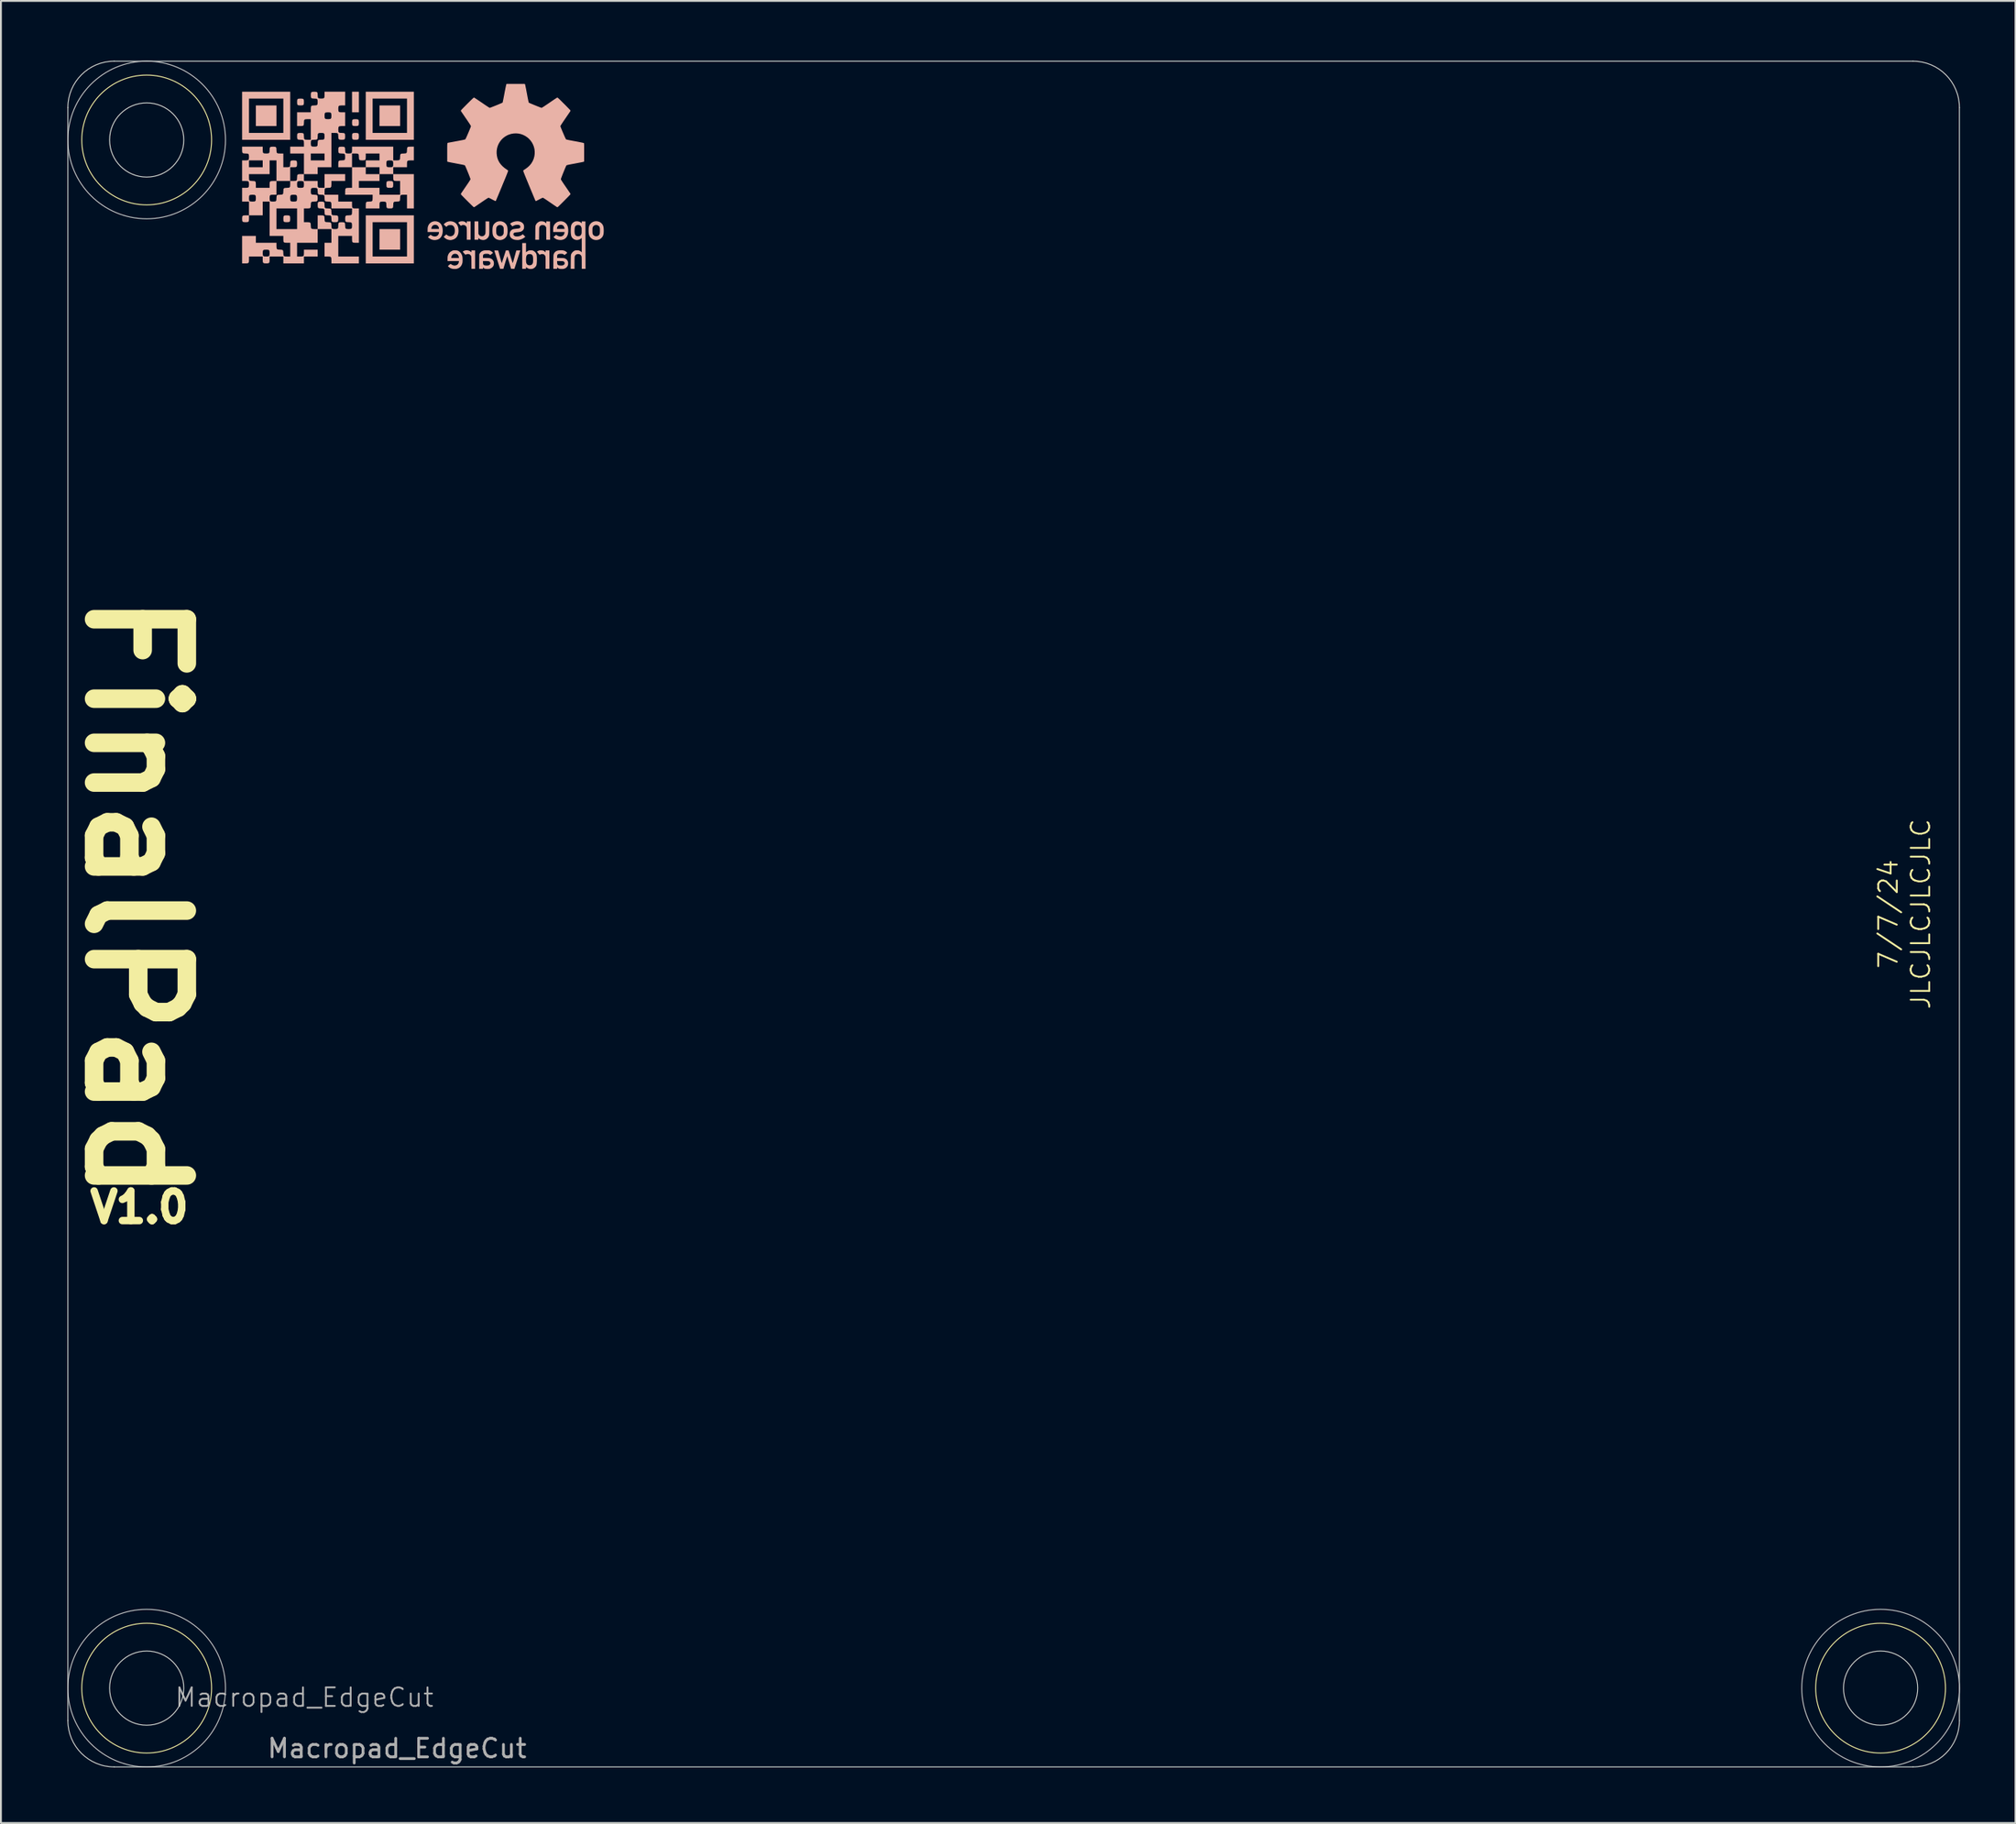
<source format=kicad_pcb>
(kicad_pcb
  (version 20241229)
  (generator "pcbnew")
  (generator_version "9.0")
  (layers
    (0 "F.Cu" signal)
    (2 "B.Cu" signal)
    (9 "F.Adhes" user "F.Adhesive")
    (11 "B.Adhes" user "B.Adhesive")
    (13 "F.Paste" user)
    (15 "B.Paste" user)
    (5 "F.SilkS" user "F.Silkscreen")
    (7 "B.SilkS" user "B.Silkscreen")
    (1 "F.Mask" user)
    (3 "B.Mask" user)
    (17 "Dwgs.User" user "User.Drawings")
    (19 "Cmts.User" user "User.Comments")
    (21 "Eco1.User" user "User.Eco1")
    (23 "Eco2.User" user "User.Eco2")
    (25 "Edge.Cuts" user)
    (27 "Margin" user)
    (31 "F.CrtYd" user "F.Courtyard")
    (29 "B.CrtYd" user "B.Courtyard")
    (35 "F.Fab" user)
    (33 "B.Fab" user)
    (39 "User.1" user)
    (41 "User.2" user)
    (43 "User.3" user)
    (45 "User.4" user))
  (footprint "Macropad_EdgeCut"
    (layer "F.Cu")
    (at 2.61 0.25)
    (property "Reference" "Macropad_EdgeCut" (at 10.75 88.25 0) (unlocked yes) (layer "F.Fab") (effects (font (size 1 1) (thickness 0.1))))
    (attr smd)
    (fp_circle (center 2.25 4.25) (end 5.75 4.25) (stroke (width 0.05) (type default)) (fill no) (layer "F.SilkS"))
    (fp_circle (center 2.25 87.75) (end 5.75 87.75) (stroke (width 0.05) (type default)) (fill no) (layer "F.SilkS"))
    (fp_circle (center 95.75 87.75) (end 99.25 87.75) (stroke (width 0.05) (type default)) (fill no) (layer "F.SilkS"))
    (fp_poly (pts (xy 8.137 2.943) (xy 8.137 3.498) (xy 8.693 3.498) (xy 9.248 3.498) (xy 9.248 2.943) (xy 9.248 2.387) (xy 8.693 2.387) (xy 8.137 2.387)) (stroke (width 0) (type solid)) (fill yes) (layer "B.SilkS"))
    (fp_poly (pts (xy 13.323 2.202) (xy 13.323 2.757) (xy 13.508 2.757) (xy 13.693 2.757) (xy 13.693 2.202) (xy 13.693 1.646) (xy 13.508 1.646) (xy 13.323 1.646)) (stroke (width 0) (type solid)) (fill yes) (layer "B.SilkS"))
    (fp_poly (pts (xy 14.805 2.943) (xy 14.805 3.498) (xy 15.36 3.498) (xy 15.916 3.498) (xy 15.916 2.943) (xy 15.916 2.387) (xy 15.36 2.387) (xy 14.805 2.387)) (stroke (width 0) (type solid)) (fill yes) (layer "B.SilkS"))
    (fp_poly (pts (xy 14.805 9.61) (xy 14.805 10.166) (xy 15.36 10.166) (xy 15.916 10.166) (xy 15.916 9.61) (xy 15.916 9.055) (xy 15.36 9.055) (xy 14.805 9.055)) (stroke (width 0) (type solid)) (fill yes) (layer "B.SilkS"))
    (fp_poly (pts (xy 7.457 8.322) (xy 7.406 8.368) (xy 7.396 8.485) (xy 7.396 8.499) (xy 7.404 8.623) (xy 7.451 8.674) (xy 7.567 8.684) (xy 7.581 8.684) (xy 7.706 8.676) (xy 7.756 8.63) (xy 7.767 8.513) (xy 7.767 8.499) (xy 7.767 8.314) (xy 7.581 8.314)) (stroke (width 0) (type solid)) (fill yes) (layer "B.SilkS"))
    (fp_poly (pts (xy 9.68 8.322) (xy 9.629 8.368) (xy 9.619 8.485) (xy 9.619 8.499) (xy 9.627 8.623) (xy 9.673 8.674) (xy 9.79 8.684) (xy 9.804 8.684) (xy 9.928 8.676) (xy 9.979 8.63) (xy 9.989 8.513) (xy 9.989 8.499) (xy 9.981 8.375) (xy 9.935 8.324) (xy 9.818 8.314) (xy 9.804 8.314)) (stroke (width 0) (type solid)) (fill yes) (layer "B.SilkS"))
    (fp_poly (pts (xy 10.421 2.025) (xy 10.37 2.071) (xy 10.36 2.188) (xy 10.36 2.202) (xy 10.368 2.326) (xy 10.414 2.377) (xy 10.531 2.387) (xy 10.545 2.387) (xy 10.669 2.379) (xy 10.72 2.333) (xy 10.73 2.216) (xy 10.73 2.202) (xy 10.722 2.078) (xy 10.676 2.027) (xy 10.559 2.017) (xy 10.545 2.017)) (stroke (width 0) (type solid)) (fill yes) (layer "B.SilkS"))
    (fp_poly (pts (xy 13.384 3.136) (xy 13.333 3.182) (xy 13.323 3.299) (xy 13.323 3.313) (xy 13.331 3.437) (xy 13.377 3.488) (xy 13.494 3.498) (xy 13.508 3.498) (xy 13.632 3.49) (xy 13.683 3.444) (xy 13.693 3.327) (xy 13.693 3.313) (xy 13.685 3.189) (xy 13.639 3.138) (xy 13.522 3.128) (xy 13.508 3.128)) (stroke (width 0) (type solid)) (fill yes) (layer "B.SilkS"))
    (fp_poly (pts (xy 13.384 3.877) (xy 13.333 3.923) (xy 13.323 4.04) (xy 13.323 4.054) (xy 13.331 4.178) (xy 13.377 4.229) (xy 13.494 4.239) (xy 13.508 4.239) (xy 13.632 4.231) (xy 13.683 4.185) (xy 13.693 4.068) (xy 13.693 4.054) (xy 13.685 3.93) (xy 13.639 3.879) (xy 13.522 3.869) (xy 13.508 3.869)) (stroke (width 0) (type solid)) (fill yes) (layer "B.SilkS"))
    (fp_poly (pts (xy 15.236 6.47) (xy 15.185 6.516) (xy 15.175 6.633) (xy 15.175 6.647) (xy 15.183 6.771) (xy 15.229 6.822) (xy 15.346 6.832) (xy 15.36 6.832) (xy 15.484 6.824) (xy 15.535 6.778) (xy 15.545 6.661) (xy 15.545 6.647) (xy 15.537 6.523) (xy 15.491 6.472) (xy 15.374 6.462) (xy 15.36 6.462)) (stroke (width 0) (type solid)) (fill yes) (layer "B.SilkS"))
    (fp_poly (pts (xy 7.396 2.943) (xy 7.396 4.239) (xy 8.693 4.239) (xy 9.989 4.239) (xy 9.989 2.943) (xy 9.619 2.943) (xy 9.619 3.869) (xy 8.693 3.869) (xy 7.767 3.869) (xy 7.767 2.943) (xy 7.767 2.017) (xy 8.693 2.017) (xy 9.619 2.017) (xy 9.619 2.943) (xy 9.989 2.943) (xy 9.989 1.646) (xy 8.693 1.646) (xy 7.396 1.646)) (stroke (width 0) (type solid)) (fill yes) (layer "B.SilkS"))
    (fp_poly (pts (xy 14.064 2.943) (xy 14.064 4.239) (xy 15.36 4.239) (xy 16.657 4.239) (xy 16.657 2.943) (xy 16.286 2.943) (xy 16.286 3.869) (xy 15.36 3.869) (xy 14.434 3.869) (xy 14.434 2.943) (xy 14.434 2.017) (xy 15.36 2.017) (xy 16.286 2.017) (xy 16.286 2.943) (xy 16.657 2.943) (xy 16.657 1.646) (xy 15.36 1.646) (xy 14.064 1.646)) (stroke (width 0) (type solid)) (fill yes) (layer "B.SilkS"))
    (fp_poly (pts (xy 14.064 9.61) (xy 14.064 10.907) (xy 15.36 10.907) (xy 16.657 10.907) (xy 16.657 9.61) (xy 16.286 9.61) (xy 16.286 10.536) (xy 15.36 10.536) (xy 14.434 10.536) (xy 14.434 9.61) (xy 14.434 8.684) (xy 15.36 8.684) (xy 16.286 8.684) (xy 16.286 9.61) (xy 16.657 9.61) (xy 16.657 8.314) (xy 15.36 8.314) (xy 14.064 8.314)) (stroke (width 0) (type solid)) (fill yes) (layer "B.SilkS"))
    (fp_poly (pts (xy 19.456 10.201) (xy 19.387 10.218) (xy 19.332 10.245) (xy 19.289 10.272) (xy 19.36 10.355) (xy 19.388 10.388) (xy 19.412 10.414) (xy 19.429 10.432) (xy 19.437 10.438) (xy 19.449 10.435) (xy 19.47 10.425) (xy 19.48 10.42) (xy 19.52 10.407) (xy 19.568 10.401) (xy 19.615 10.404) (xy 19.654 10.416) (xy 19.655 10.416) (xy 19.692 10.44) (xy 19.72 10.468) (xy 19.739 10.499) (xy 19.744 10.509) (xy 19.748 10.52) (xy 19.752 10.534) (xy 19.754 10.553) (xy 19.756 10.578) (xy 19.758 10.613) (xy 19.759 10.657) (xy 19.76 10.715) (xy 19.761 10.787) (xy 19.761 10.867) (xy 19.764 11.199) (xy 19.861 11.199) (xy 19.958 11.199) (xy 19.958 10.703) (xy 19.958 10.206) (xy 19.861 10.206) (xy 19.763 10.206) (xy 19.763 10.258) (xy 19.763 10.31) (xy 19.729 10.28) (xy 19.669 10.239) (xy 19.601 10.212) (xy 19.529 10.199)) (stroke (width 0) (type solid)) (fill yes) (layer "B.SilkS"))
    (fp_poly (pts (xy 23.468 10.202) (xy 23.436 10.205) (xy 23.411 10.211) (xy 23.384 10.221) (xy 23.36 10.233) (xy 23.33 10.249) (xy 23.309 10.263) (xy 23.3 10.272) (xy 23.3 10.273) (xy 23.306 10.283) (xy 23.323 10.304) (xy 23.346 10.333) (xy 23.371 10.364) (xy 23.439 10.445) (xy 23.477 10.423) (xy 23.519 10.408) (xy 23.568 10.401) (xy 23.617 10.404) (xy 23.647 10.411) (xy 23.686 10.434) (xy 23.721 10.47) (xy 23.744 10.508) (xy 23.748 10.519) (xy 23.752 10.532) (xy 23.755 10.549) (xy 23.757 10.572) (xy 23.759 10.603) (xy 23.76 10.643) (xy 23.761 10.696) (xy 23.761 10.763) (xy 23.761 10.845) (xy 23.761 10.872) (xy 23.761 11.199) (xy 23.864 11.199) (xy 23.966 11.199) (xy 23.966 10.703) (xy 23.966 10.206) (xy 23.864 10.206) (xy 23.761 10.206) (xy 23.761 10.259) (xy 23.761 10.311) (xy 23.723 10.276) (xy 23.68 10.242) (xy 23.638 10.22) (xy 23.59 10.207) (xy 23.531 10.202) (xy 23.511 10.202)) (stroke (width 0) (type solid)) (fill yes) (layer "B.SilkS"))
    (fp_poly (pts (xy 11.532 7.581) (xy 11.481 7.627) (xy 11.471 7.744) (xy 11.471 7.758) (xy 11.479 7.882) (xy 11.525 7.933) (xy 11.642 7.943) (xy 11.656 7.943) (xy 11.78 7.952) (xy 11.831 7.998) (xy 11.841 8.114) (xy 11.841 8.129) (xy 11.849 8.253) (xy 11.896 8.304) (xy 12.012 8.314) (xy 12.026 8.314) (xy 12.151 8.322) (xy 12.201 8.368) (xy 12.212 8.485) (xy 12.212 8.499) (xy 12.22 8.623) (xy 12.266 8.674) (xy 12.383 8.684) (xy 12.397 8.684) (xy 12.521 8.676) (xy 12.572 8.63) (xy 12.582 8.513) (xy 12.582 8.499) (xy 12.574 8.375) (xy 12.528 8.324) (xy 12.411 8.314) (xy 12.397 8.314) (xy 12.273 8.306) (xy 12.222 8.259) (xy 12.212 8.143) (xy 12.212 8.129) (xy 12.203 8.004) (xy 12.157 7.954) (xy 12.041 7.943) (xy 12.026 7.943) (xy 11.902 7.935) (xy 11.851 7.889) (xy 11.841 7.772) (xy 11.841 7.758) (xy 11.833 7.634) (xy 11.787 7.583) (xy 11.67 7.573) (xy 11.656 7.573)) (stroke (width 0) (type solid)) (fill yes) (layer "B.SilkS"))
    (fp_poly (pts (xy 19.258 8.635) (xy 19.214 8.635) (xy 19.182 8.639) (xy 19.155 8.646) (xy 19.126 8.658) (xy 19.122 8.66) (xy 19.088 8.677) (xy 19.067 8.691) (xy 19.058 8.705) (xy 19.062 8.722) (xy 19.077 8.747) (xy 19.105 8.78) (xy 19.118 8.796) (xy 19.189 8.879) (xy 19.231 8.856) (xy 19.283 8.838) (xy 19.337 8.834) (xy 19.389 8.844) (xy 19.435 8.867) (xy 19.468 8.9) (xy 19.48 8.916) (xy 19.489 8.932) (xy 19.496 8.95) (xy 19.502 8.971) (xy 19.506 8.999) (xy 19.509 9.035) (xy 19.511 9.081) (xy 19.512 9.139) (xy 19.513 9.211) (xy 19.513 9.3) (xy 19.513 9.313) (xy 19.513 9.631) (xy 19.615 9.631) (xy 19.717 9.631) (xy 19.717 9.135) (xy 19.717 8.639) (xy 19.615 8.639) (xy 19.513 8.639) (xy 19.513 8.691) (xy 19.513 8.743) (xy 19.478 8.712) (xy 19.45 8.691) (xy 19.414 8.669) (xy 19.392 8.658) (xy 19.363 8.646) (xy 19.335 8.639) (xy 19.303 8.635) (xy 19.258 8.635)) (stroke (width 0) (type solid)) (fill yes) (layer "B.SilkS"))
    (fp_poly (pts (xy 20.524 8.95) (xy 20.523 9.053) (xy 20.522 9.14) (xy 20.521 9.209) (xy 20.518 9.26) (xy 20.515 9.294) (xy 20.513 9.304) (xy 20.495 9.346) (xy 20.465 9.385) (xy 20.428 9.417) (xy 20.389 9.435) (xy 20.329 9.444) (xy 20.272 9.436) (xy 20.221 9.414) (xy 20.18 9.377) (xy 20.164 9.354) (xy 20.139 9.311) (xy 20.136 8.975) (xy 20.133 8.639) (xy 20.032 8.639) (xy 19.93 8.639) (xy 19.93 9.135) (xy 19.93 9.631) (xy 20.032 9.631) (xy 20.134 9.631) (xy 20.134 9.584) (xy 20.134 9.537) (xy 20.175 9.571) (xy 20.233 9.608) (xy 20.301 9.633) (xy 20.372 9.645) (xy 20.441 9.643) (xy 20.456 9.641) (xy 20.524 9.618) (xy 20.587 9.58) (xy 20.642 9.53) (xy 20.683 9.471) (xy 20.685 9.466) (xy 20.696 9.443) (xy 20.705 9.418) (xy 20.712 9.391) (xy 20.718 9.358) (xy 20.722 9.318) (xy 20.724 9.269) (xy 20.726 9.208) (xy 20.727 9.135) (xy 20.726 9.046) (xy 20.726 8.973) (xy 20.723 8.643) (xy 20.624 8.641) (xy 20.524 8.638)) (stroke (width 0) (type solid)) (fill yes) (layer "B.SilkS"))
    (fp_poly (pts (xy 23.501 8.635) (xy 23.47 8.638) (xy 23.444 8.644) (xy 23.415 8.656) (xy 23.398 8.664) (xy 23.333 8.706) (xy 23.279 8.76) (xy 23.239 8.823) (xy 23.231 8.841) (xy 23.226 8.855) (xy 23.221 8.868) (xy 23.218 8.884) (xy 23.215 8.902) (xy 23.213 8.927) (xy 23.211 8.959) (xy 23.21 9.001) (xy 23.209 9.054) (xy 23.208 9.12) (xy 23.207 9.202) (xy 23.207 9.263) (xy 23.204 9.631) (xy 23.306 9.631) (xy 23.408 9.631) (xy 23.411 9.3) (xy 23.412 9.212) (xy 23.412 9.142) (xy 23.413 9.085) (xy 23.414 9.042) (xy 23.416 9.009) (xy 23.418 8.984) (xy 23.421 8.966) (xy 23.424 8.952) (xy 23.429 8.941) (xy 23.434 8.93) (xy 23.435 8.929) (xy 23.456 8.899) (xy 23.485 8.871) (xy 23.494 8.864) (xy 23.519 8.85) (xy 23.542 8.842) (xy 23.572 8.839) (xy 23.598 8.838) (xy 23.657 8.843) (xy 23.703 8.858) (xy 23.739 8.886) (xy 23.766 8.922) (xy 23.794 8.967) (xy 23.797 9.299) (xy 23.799 9.631) (xy 23.901 9.631) (xy 24.003 9.631) (xy 24 9.137) (xy 23.998 8.643) (xy 23.898 8.641) (xy 23.799 8.638) (xy 23.799 8.69) (xy 23.799 8.742) (xy 23.758 8.709) (xy 23.708 8.673) (xy 23.659 8.65) (xy 23.604 8.638) (xy 23.543 8.634)) (stroke (width 0) (type solid)) (fill yes) (layer "B.SilkS"))
    (fp_poly (pts (xy 24.533 8.634) (xy 24.511 8.637) (xy 24.429 8.658) (xy 24.358 8.694) (xy 24.294 8.745) (xy 24.289 8.75) (xy 24.246 8.798) (xy 24.215 8.847) (xy 24.192 8.901) (xy 24.178 8.964) (xy 24.171 9.039) (xy 24.17 9.1) (xy 24.17 9.214) (xy 24.477 9.214) (xy 24.785 9.214) (xy 24.779 9.26) (xy 24.764 9.321) (xy 24.735 9.372) (xy 24.695 9.411) (xy 24.646 9.438) (xy 24.59 9.453) (xy 24.53 9.454) (xy 24.467 9.441) (xy 24.403 9.413) (xy 24.359 9.385) (xy 24.33 9.363) (xy 24.258 9.424) (xy 24.187 9.485) (xy 24.213 9.513) (xy 24.271 9.562) (xy 24.342 9.601) (xy 24.421 9.628) (xy 24.506 9.643) (xy 24.593 9.645) (xy 24.637 9.64) (xy 24.72 9.619) (xy 24.793 9.582) (xy 24.855 9.532) (xy 24.905 9.468) (xy 24.943 9.392) (xy 24.969 9.303) (xy 24.983 9.203) (xy 24.983 9.103) (xy 24.979 9.047) (xy 24.784 9.047) (xy 24.579 9.047) (xy 24.374 9.047) (xy 24.374 9.022) (xy 24.382 8.969) (xy 24.406 8.918) (xy 24.442 8.874) (xy 24.486 8.843) (xy 24.529 8.829) (xy 24.579 8.824) (xy 24.629 8.829) (xy 24.669 8.842) (xy 24.718 8.877) (xy 24.753 8.924) (xy 24.775 8.983) (xy 24.779 9.005) (xy 24.784 9.047) (xy 24.979 9.047) (xy 24.977 9.03) (xy 24.968 8.97) (xy 24.954 8.917) (xy 24.934 8.864) (xy 24.928 8.851) (xy 24.887 8.782) (xy 24.832 8.725) (xy 24.767 8.68) (xy 24.694 8.649) (xy 24.615 8.633)) (stroke (width 0) (type solid)) (fill yes) (layer "B.SilkS"))
    (fp_poly (pts (xy 17.746 8.635) (xy 17.669 8.654) (xy 17.598 8.686) (xy 17.534 8.732) (xy 17.48 8.79) (xy 17.439 8.86) (xy 17.415 8.925) (xy 17.405 8.967) (xy 17.4 9.017) (xy 17.398 9.079) (xy 17.398 9.1) (xy 17.398 9.214) (xy 17.704 9.214) (xy 18.01 9.214) (xy 18.01 9.245) (xy 18.002 9.297) (xy 17.98 9.348) (xy 17.947 9.392) (xy 17.947 9.392) (xy 17.901 9.427) (xy 17.845 9.448) (xy 17.784 9.455) (xy 17.72 9.447) (xy 17.655 9.425) (xy 17.594 9.389) (xy 17.588 9.385) (xy 17.559 9.363) (xy 17.487 9.425) (xy 17.414 9.487) (xy 17.459 9.528) (xy 17.513 9.568) (xy 17.578 9.603) (xy 17.646 9.629) (xy 17.694 9.64) (xy 17.748 9.647) (xy 17.794 9.648) (xy 17.843 9.643) (xy 17.871 9.639) (xy 17.953 9.617) (xy 18.025 9.58) (xy 18.086 9.528) (xy 18.136 9.463) (xy 18.174 9.386) (xy 18.2 9.296) (xy 18.212 9.195) (xy 18.214 9.147) (xy 18.208 9.038) (xy 18.204 9.02) (xy 18.01 9.02) (xy 18.01 9.047) (xy 17.804 9.047) (xy 17.599 9.047) (xy 17.605 9.005) (xy 17.621 8.942) (xy 17.651 8.892) (xy 17.693 8.855) (xy 17.746 8.832) (xy 17.806 8.824) (xy 17.866 8.831) (xy 17.917 8.854) (xy 17.956 8.886) (xy 17.98 8.92) (xy 17.999 8.964) (xy 18.009 9.007) (xy 18.01 9.02) (xy 18.204 9.02) (xy 18.189 8.94) (xy 18.158 8.855) (xy 18.115 8.782) (xy 18.06 8.723) (xy 17.994 8.679) (xy 17.987 8.675) (xy 17.907 8.645) (xy 17.826 8.632)) (stroke (width 0) (type solid)) (fill yes) (layer "B.SilkS"))
    (fp_poly (pts (xy 18.525 8.642) (xy 18.446 8.669) (xy 18.423 8.679) (xy 18.388 8.699) (xy 18.353 8.723) (xy 18.32 8.748) (xy 18.293 8.772) (xy 18.276 8.792) (xy 18.271 8.805) (xy 18.271 8.805) (xy 18.279 8.815) (xy 18.298 8.834) (xy 18.324 8.859) (xy 18.343 8.875) (xy 18.412 8.936) (xy 18.445 8.904) (xy 18.482 8.873) (xy 18.516 8.853) (xy 18.555 8.842) (xy 18.604 8.839) (xy 18.622 8.838) (xy 18.666 8.839) (xy 18.698 8.843) (xy 18.724 8.851) (xy 18.739 8.859) (xy 18.786 8.891) (xy 18.821 8.934) (xy 18.846 8.99) (xy 18.862 9.059) (xy 18.864 9.072) (xy 18.867 9.142) (xy 18.863 9.212) (xy 18.85 9.276) (xy 18.831 9.324) (xy 18.797 9.374) (xy 18.751 9.41) (xy 18.697 9.434) (xy 18.639 9.445) (xy 18.579 9.441) (xy 18.519 9.423) (xy 18.464 9.39) (xy 18.452 9.38) (xy 18.409 9.342) (xy 18.339 9.405) (xy 18.31 9.432) (xy 18.287 9.454) (xy 18.273 9.47) (xy 18.27 9.474) (xy 18.277 9.487) (xy 18.296 9.506) (xy 18.323 9.53) (xy 18.355 9.555) (xy 18.388 9.578) (xy 18.418 9.596) (xy 18.43 9.603) (xy 18.482 9.623) (xy 18.541 9.638) (xy 18.6 9.647) (xy 18.636 9.649) (xy 18.66 9.647) (xy 18.694 9.641) (xy 18.724 9.635) (xy 18.809 9.608) (xy 18.884 9.567) (xy 18.946 9.512) (xy 18.996 9.444) (xy 19.033 9.363) (xy 19.057 9.271) (xy 19.067 9.167) (xy 19.067 9.14) (xy 19.06 9.032) (xy 19.04 8.937) (xy 19.006 8.853) (xy 18.96 8.782) (xy 18.901 8.724) (xy 18.83 8.679) (xy 18.747 8.649) (xy 18.689 8.637) (xy 18.604 8.631)) (stroke (width 0) (type solid)) (fill yes) (layer "B.SilkS"))
    (fp_poly (pts (xy 26.427 8.634) (xy 26.349 8.653) (xy 26.278 8.687) (xy 26.214 8.734) (xy 26.162 8.793) (xy 26.121 8.862) (xy 26.095 8.941) (xy 26.091 8.964) (xy 26.085 9.012) (xy 26.082 9.071) (xy 26.081 9.136) (xy 26.082 9.202) (xy 26.086 9.262) (xy 26.091 9.312) (xy 26.095 9.329) (xy 26.113 9.397) (xy 26.14 9.453) (xy 26.177 9.504) (xy 26.201 9.53) (xy 26.267 9.584) (xy 26.342 9.622) (xy 26.423 9.643) (xy 26.509 9.647) (xy 26.582 9.637) (xy 26.659 9.612) (xy 26.728 9.572) (xy 26.777 9.53) (xy 26.817 9.484) (xy 26.848 9.434) (xy 26.871 9.378) (xy 26.886 9.312) (xy 26.894 9.235) (xy 26.897 9.144) (xy 26.897 9.137) (xy 26.692 9.137) (xy 26.691 9.167) (xy 26.69 9.222) (xy 26.687 9.262) (xy 26.684 9.291) (xy 26.679 9.313) (xy 26.672 9.331) (xy 26.667 9.341) (xy 26.633 9.388) (xy 26.587 9.421) (xy 26.533 9.44) (xy 26.473 9.443) (xy 26.429 9.436) (xy 26.375 9.412) (xy 26.332 9.373) (xy 26.31 9.341) (xy 26.302 9.323) (xy 26.296 9.304) (xy 26.292 9.279) (xy 26.289 9.245) (xy 26.287 9.198) (xy 26.286 9.167) (xy 26.286 9.102) (xy 26.287 9.045) (xy 26.291 9.002) (xy 26.294 8.984) (xy 26.314 8.931) (xy 26.347 8.889) (xy 26.39 8.858) (xy 26.439 8.839) (xy 26.492 8.833) (xy 26.545 8.841) (xy 26.595 8.863) (xy 26.634 8.894) (xy 26.655 8.919) (xy 26.671 8.947) (xy 26.682 8.979) (xy 26.689 9.019) (xy 26.692 9.071) (xy 26.692 9.137) (xy 26.897 9.137) (xy 26.894 9.049) (xy 26.886 8.97) (xy 26.872 8.903) (xy 26.851 8.846) (xy 26.821 8.797) (xy 26.783 8.753) (xy 26.774 8.743) (xy 26.72 8.699) (xy 26.665 8.667) (xy 26.6 8.645) (xy 26.594 8.643) (xy 26.509 8.63)) (stroke (width 0) (type solid)) (fill yes) (layer "B.SilkS"))
    (fp_poly (pts (xy 21.25 8.633) (xy 21.167 8.652) (xy 21.09 8.688) (xy 21.021 8.741) (xy 21.02 8.742) (xy 20.98 8.785) (xy 20.949 8.831) (xy 20.925 8.882) (xy 20.909 8.943) (xy 20.9 9.014) (xy 20.896 9.1) (xy 20.895 9.14) (xy 20.897 9.228) (xy 20.903 9.302) (xy 20.915 9.363) (xy 20.932 9.416) (xy 20.957 9.462) (xy 20.99 9.505) (xy 21.007 9.525) (xy 21.068 9.578) (xy 21.137 9.615) (xy 21.208 9.636) (xy 21.259 9.645) (xy 21.303 9.648) (xy 21.35 9.645) (xy 21.385 9.639) (xy 21.458 9.618) (xy 21.527 9.581) (xy 21.589 9.532) (xy 21.639 9.471) (xy 21.665 9.425) (xy 21.687 9.365) (xy 21.702 9.295) (xy 21.709 9.212) (xy 21.71 9.135) (xy 21.503 9.135) (xy 21.502 9.193) (xy 21.502 9.236) (xy 21.5 9.268) (xy 21.497 9.291) (xy 21.493 9.309) (xy 21.486 9.325) (xy 21.479 9.338) (xy 21.451 9.381) (xy 21.417 9.411) (xy 21.372 9.432) (xy 21.328 9.443) (xy 21.284 9.443) (xy 21.234 9.432) (xy 21.231 9.432) (xy 21.183 9.408) (xy 21.143 9.37) (xy 21.115 9.322) (xy 21.109 9.304) (xy 21.104 9.276) (xy 21.1 9.234) (xy 21.098 9.184) (xy 21.097 9.129) (xy 21.098 9.075) (xy 21.101 9.027) (xy 21.105 8.99) (xy 21.108 8.975) (xy 21.13 8.925) (xy 21.167 8.883) (xy 21.214 8.853) (xy 21.267 8.836) (xy 21.294 8.834) (xy 21.359 8.841) (xy 21.412 8.862) (xy 21.455 8.899) (xy 21.482 8.939) (xy 21.49 8.955) (xy 21.495 8.971) (xy 21.499 8.99) (xy 21.501 9.017) (xy 21.502 9.055) (xy 21.503 9.106) (xy 21.503 9.135) (xy 21.71 9.135) (xy 21.71 9.115) (xy 21.709 9.084) (xy 21.704 9.015) (xy 21.698 8.96) (xy 21.689 8.916) (xy 21.684 8.898) (xy 21.651 8.824) (xy 21.603 8.759) (xy 21.543 8.706) (xy 21.472 8.666) (xy 21.392 8.64) (xy 21.338 8.632)) (stroke (width 0) (type solid)) (fill yes) (layer "B.SilkS"))
    (fp_poly (pts (xy 22.288 10.209) (xy 22.181 10.211) (xy 22.088 10.552) (xy 22.067 10.628) (xy 22.048 10.698) (xy 22.03 10.759) (xy 22.015 10.811) (xy 22.003 10.85) (xy 21.994 10.876) (xy 21.989 10.886) (xy 21.989 10.886) (xy 21.983 10.874) (xy 21.974 10.85) (xy 21.968 10.833) (xy 21.962 10.813) (xy 21.95 10.777) (xy 21.935 10.729) (xy 21.916 10.672) (xy 21.895 10.606) (xy 21.872 10.536) (xy 21.86 10.496) (xy 21.766 10.206) (xy 21.693 10.206) (xy 21.619 10.206) (xy 21.586 10.311) (xy 21.573 10.35) (xy 21.557 10.402) (xy 21.537 10.464) (xy 21.515 10.532) (xy 21.492 10.602) (xy 21.478 10.647) (xy 21.457 10.71) (xy 21.439 10.766) (xy 21.423 10.814) (xy 21.41 10.852) (xy 21.401 10.877) (xy 21.397 10.886) (xy 21.393 10.879) (xy 21.385 10.855) (xy 21.374 10.818) (xy 21.359 10.769) (xy 21.342 10.709) (xy 21.323 10.641) (xy 21.302 10.566) (xy 21.298 10.552) (xy 21.205 10.211) (xy 21.101 10.208) (xy 21.052 10.208) (xy 21.02 10.209) (xy 21.002 10.212) (xy 20.997 10.217) (xy 21 10.228) (xy 21.008 10.254) (xy 21.02 10.296) (xy 21.037 10.349) (xy 21.057 10.414) (xy 21.081 10.489) (xy 21.106 10.571) (xy 21.135 10.659) (xy 21.152 10.714) (xy 21.307 11.199) (xy 21.396 11.199) (xy 21.485 11.199) (xy 21.586 10.861) (xy 21.609 10.785) (xy 21.631 10.715) (xy 21.65 10.653) (xy 21.666 10.601) (xy 21.679 10.56) (xy 21.688 10.534) (xy 21.693 10.522) (xy 21.693 10.522) (xy 21.697 10.53) (xy 21.705 10.555) (xy 21.718 10.593) (xy 21.734 10.644) (xy 21.752 10.704) (xy 21.773 10.773) (xy 21.796 10.848) (xy 21.8 10.861) (xy 21.901 11.199) (xy 21.99 11.199) (xy 22.079 11.199) (xy 22.203 10.812) (xy 22.23 10.726) (xy 22.257 10.641) (xy 22.283 10.561) (xy 22.307 10.486) (xy 22.328 10.421) (xy 22.345 10.367) (xy 22.357 10.328) (xy 22.361 10.315) (xy 22.396 10.206)) (stroke (width 0) (type solid)) (fill yes) (layer "B.SilkS"))
    (fp_poly (pts (xy 18.832 10.202) (xy 18.799 10.204) (xy 18.773 10.208) (xy 18.75 10.215) (xy 18.722 10.228) (xy 18.706 10.236) (xy 18.63 10.281) (xy 18.57 10.337) (xy 18.524 10.405) (xy 18.492 10.483) (xy 18.483 10.517) (xy 18.478 10.553) (xy 18.475 10.597) (xy 18.474 10.654) (xy 18.474 10.662) (xy 18.474 10.782) (xy 18.781 10.782) (xy 19.089 10.782) (xy 19.083 10.829) (xy 19.067 10.891) (xy 19.036 10.942) (xy 18.991 10.982) (xy 18.933 11.009) (xy 18.931 11.01) (xy 18.868 11.021) (xy 18.806 11.017) (xy 18.742 10.996) (xy 18.676 10.958) (xy 18.645 10.936) (xy 18.632 10.937) (xy 18.609 10.951) (xy 18.574 10.979) (xy 18.565 10.986) (xy 18.536 11.012) (xy 18.512 11.033) (xy 18.497 11.047) (xy 18.494 11.051) (xy 18.499 11.061) (xy 18.516 11.078) (xy 18.541 11.099) (xy 18.57 11.122) (xy 18.599 11.143) (xy 18.623 11.157) (xy 18.657 11.173) (xy 18.698 11.188) (xy 18.72 11.194) (xy 18.765 11.202) (xy 18.82 11.206) (xy 18.879 11.207) (xy 18.934 11.204) (xy 18.978 11.197) (xy 18.984 11.195) (xy 19.065 11.164) (xy 19.135 11.118) (xy 19.192 11.058) (xy 19.237 10.985) (xy 19.269 10.899) (xy 19.273 10.884) (xy 19.28 10.842) (xy 19.284 10.787) (xy 19.285 10.725) (xy 19.284 10.66) (xy 19.281 10.599) (xy 19.279 10.588) (xy 19.086 10.588) (xy 19.086 10.615) (xy 18.881 10.615) (xy 18.675 10.615) (xy 18.681 10.567) (xy 18.696 10.508) (xy 18.726 10.458) (xy 18.768 10.419) (xy 18.777 10.414) (xy 18.828 10.393) (xy 18.884 10.387) (xy 18.938 10.394) (xy 18.988 10.414) (xy 19.029 10.447) (xy 19.039 10.459) (xy 19.06 10.495) (xy 19.077 10.538) (xy 19.085 10.578) (xy 19.086 10.588) (xy 19.279 10.588) (xy 19.275 10.546) (xy 19.268 10.513) (xy 19.235 10.424) (xy 19.189 10.348) (xy 19.14 10.295) (xy 19.094 10.257) (xy 19.049 10.23) (xy 19 10.213) (xy 18.942 10.204) (xy 18.877 10.202)) (stroke (width 0) (type solid)) (fill yes) (layer "B.SilkS"))
    (fp_poly (pts (xy 22.5 10.503) (xy 22.5 11.199) (xy 22.602 11.199) (xy 22.704 11.199) (xy 22.704 11.152) (xy 22.704 11.105) (xy 22.742 11.135) (xy 22.808 11.176) (xy 22.881 11.201) (xy 22.954 11.208) (xy 22.995 11.206) (xy 23.034 11.201) (xy 23.063 11.195) (xy 23.12 11.169) (xy 23.174 11.131) (xy 23.22 11.084) (xy 23.254 11.032) (xy 23.265 11.007) (xy 23.274 10.97) (xy 23.281 10.918) (xy 23.286 10.856) (xy 23.29 10.786) (xy 23.291 10.712) (xy 23.291 10.703) (xy 23.088 10.703) (xy 23.088 10.764) (xy 23.086 10.81) (xy 23.082 10.845) (xy 23.077 10.872) (xy 23.072 10.89) (xy 23.048 10.937) (xy 23.014 10.974) (xy 22.974 10.996) (xy 22.957 11) (xy 22.932 11.005) (xy 22.914 11.008) (xy 22.913 11.009) (xy 22.89 11.01) (xy 22.859 11.005) (xy 22.824 10.995) (xy 22.794 10.983) (xy 22.794 10.983) (xy 22.766 10.961) (xy 22.742 10.928) (xy 22.734 10.912) (xy 22.724 10.889) (xy 22.716 10.868) (xy 22.712 10.844) (xy 22.708 10.812) (xy 22.706 10.769) (xy 22.705 10.735) (xy 22.706 10.644) (xy 22.712 10.57) (xy 22.726 10.511) (xy 22.748 10.466) (xy 22.777 10.434) (xy 22.816 10.414) (xy 22.863 10.404) (xy 22.87 10.403) (xy 22.926 10.402) (xy 22.97 10.409) (xy 23.004 10.425) (xy 23.024 10.439) (xy 23.046 10.463) (xy 23.063 10.492) (xy 23.075 10.528) (xy 23.083 10.574) (xy 23.087 10.633) (xy 23.088 10.703) (xy 23.291 10.703) (xy 23.291 10.638) (xy 23.289 10.568) (xy 23.284 10.505) (xy 23.278 10.453) (xy 23.27 10.414) (xy 23.269 10.411) (xy 23.237 10.347) (xy 23.19 10.291) (xy 23.131 10.244) (xy 23.103 10.228) (xy 23.076 10.215) (xy 23.052 10.208) (xy 23.025 10.203) (xy 22.988 10.202) (xy 22.964 10.202) (xy 22.918 10.203) (xy 22.886 10.206) (xy 22.859 10.212) (xy 22.831 10.223) (xy 22.824 10.226) (xy 22.789 10.245) (xy 22.755 10.267) (xy 22.738 10.28) (xy 22.704 10.31) (xy 22.704 10.059) (xy 22.704 9.808) (xy 22.602 9.808) (xy 22.5 9.808)) (stroke (width 0) (type solid)) (fill yes) (layer "B.SilkS"))
    (fp_poly (pts (xy 22.154 8.635) (xy 22.075 8.651) (xy 21.998 8.676) (xy 21.929 8.708) (xy 21.874 8.744) (xy 21.846 8.766) (xy 21.88 8.807) (xy 21.905 8.837) (xy 21.93 8.867) (xy 21.941 8.879) (xy 21.968 8.911) (xy 22.018 8.882) (xy 22.092 8.848) (xy 22.167 8.829) (xy 22.248 8.825) (xy 22.254 8.826) (xy 22.297 8.829) (xy 22.327 8.834) (xy 22.348 8.842) (xy 22.358 8.848) (xy 22.383 8.876) (xy 22.398 8.911) (xy 22.402 8.947) (xy 22.397 8.965) (xy 22.383 8.988) (xy 22.361 9.005) (xy 22.328 9.017) (xy 22.281 9.026) (xy 22.256 9.029) (xy 22.181 9.037) (xy 22.123 9.044) (xy 22.078 9.049) (xy 22.044 9.055) (xy 22.018 9.06) (xy 21.998 9.066) (xy 21.981 9.072) (xy 21.973 9.076) (xy 21.916 9.113) (xy 21.872 9.162) (xy 21.842 9.223) (xy 21.827 9.296) (xy 21.825 9.311) (xy 21.828 9.385) (xy 21.847 9.452) (xy 21.882 9.51) (xy 21.933 9.559) (xy 22 9.599) (xy 22.071 9.625) (xy 22.118 9.635) (xy 22.175 9.642) (xy 22.235 9.645) (xy 22.29 9.644) (xy 22.319 9.641) (xy 22.407 9.62) (xy 22.492 9.588) (xy 22.57 9.547) (xy 22.628 9.504) (xy 22.668 9.469) (xy 22.599 9.401) (xy 22.53 9.333) (xy 22.48 9.371) (xy 22.417 9.411) (xy 22.349 9.437) (xy 22.272 9.451) (xy 22.249 9.453) (xy 22.183 9.453) (xy 22.131 9.446) (xy 22.09 9.429) (xy 22.057 9.404) (xy 22.037 9.38) (xy 22.028 9.357) (xy 22.027 9.332) (xy 22.029 9.302) (xy 22.038 9.282) (xy 22.054 9.267) (xy 22.066 9.258) (xy 22.078 9.251) (xy 22.095 9.245) (xy 22.118 9.24) (xy 22.151 9.235) (xy 22.196 9.23) (xy 22.256 9.224) (xy 22.271 9.223) (xy 22.318 9.217) (xy 22.362 9.21) (xy 22.398 9.203) (xy 22.414 9.199) (xy 22.481 9.168) (xy 22.534 9.125) (xy 22.573 9.071) (xy 22.588 9.037) (xy 22.598 8.993) (xy 22.601 8.94) (xy 22.598 8.885) (xy 22.589 8.838) (xy 22.587 8.831) (xy 22.558 8.773) (xy 22.514 8.724) (xy 22.457 8.684) (xy 22.388 8.654) (xy 22.311 8.635) (xy 22.23 8.629)) (stroke (width 0) (type solid)) (fill yes) (layer "B.SilkS"))
    (fp_poly (pts (xy 20.533 10.202) (xy 20.49 10.204) (xy 20.457 10.207) (xy 20.429 10.212) (xy 20.4 10.22) (xy 20.387 10.224) (xy 20.317 10.256) (xy 20.26 10.3) (xy 20.216 10.357) (xy 20.21 10.368) (xy 20.185 10.415) (xy 20.183 10.807) (xy 20.18 11.199) (xy 20.282 11.199) (xy 20.385 11.199) (xy 20.385 11.16) (xy 20.385 11.121) (xy 20.41 11.145) (xy 20.438 11.169) (xy 20.467 11.185) (xy 20.499 11.196) (xy 20.541 11.202) (xy 20.596 11.205) (xy 20.607 11.206) (xy 20.672 11.205) (xy 20.722 11.202) (xy 20.751 11.196) (xy 20.826 11.163) (xy 20.887 11.119) (xy 20.933 11.063) (xy 20.952 11.027) (xy 20.969 10.973) (xy 20.974 10.913) (xy 20.783 10.913) (xy 20.77 10.949) (xy 20.744 10.98) (xy 20.705 11.004) (xy 20.692 11.009) (xy 20.657 11.016) (xy 20.611 11.02) (xy 20.56 11.02) (xy 20.511 11.016) (xy 20.469 11.009) (xy 20.441 11) (xy 20.414 10.979) (xy 20.397 10.947) (xy 20.387 10.902) (xy 20.385 10.852) (xy 20.385 10.782) (xy 20.525 10.782) (xy 20.581 10.782) (xy 20.632 10.784) (xy 20.672 10.788) (xy 20.699 10.792) (xy 20.702 10.793) (xy 20.742 10.812) (xy 20.769 10.841) (xy 20.783 10.876) (xy 20.783 10.913) (xy 20.974 10.913) (xy 20.975 10.911) (xy 20.97 10.848) (xy 20.955 10.791) (xy 20.951 10.784) (xy 20.917 10.728) (xy 20.868 10.68) (xy 20.809 10.645) (xy 20.777 10.633) (xy 20.752 10.626) (xy 20.725 10.621) (xy 20.694 10.618) (xy 20.655 10.616) (xy 20.604 10.615) (xy 20.551 10.615) (xy 20.385 10.615) (xy 20.385 10.537) (xy 20.386 10.496) (xy 20.389 10.468) (xy 20.395 10.449) (xy 20.403 10.436) (xy 20.43 10.413) (xy 20.468 10.398) (xy 20.52 10.39) (xy 20.566 10.388) (xy 20.624 10.389) (xy 20.669 10.395) (xy 20.703 10.405) (xy 20.731 10.422) (xy 20.742 10.43) (xy 20.774 10.458) (xy 20.848 10.402) (xy 20.88 10.377) (xy 20.904 10.356) (xy 20.92 10.342) (xy 20.923 10.337) (xy 20.915 10.324) (xy 20.896 10.304) (xy 20.869 10.281) (xy 20.837 10.258) (xy 20.805 10.238) (xy 20.777 10.224) (xy 20.776 10.224) (xy 20.753 10.215) (xy 20.729 10.209) (xy 20.702 10.205) (xy 20.667 10.203) (xy 20.619 10.202) (xy 20.589 10.202)) (stroke (width 0) (type solid)) (fill yes) (layer "B.SilkS"))
    (fp_poly (pts (xy 24.549 10.2) (xy 24.488 10.204) (xy 24.435 10.211) (xy 24.396 10.22) (xy 24.326 10.25) (xy 24.269 10.294) (xy 24.226 10.349) (xy 24.197 10.416) (xy 24.19 10.444) (xy 24.186 10.471) (xy 24.184 10.515) (xy 24.182 10.576) (xy 24.18 10.654) (xy 24.179 10.748) (xy 24.179 10.848) (xy 24.179 11.199) (xy 24.281 11.199) (xy 24.383 11.199) (xy 24.383 11.157) (xy 24.383 11.115) (xy 24.415 11.147) (xy 24.454 11.176) (xy 24.496 11.194) (xy 24.537 11.202) (xy 24.59 11.207) (xy 24.647 11.207) (xy 24.701 11.204) (xy 24.747 11.198) (xy 24.755 11.196) (xy 24.826 11.168) (xy 24.885 11.126) (xy 24.932 11.07) (xy 24.955 11.027) (xy 24.967 10.996) (xy 24.974 10.963) (xy 24.977 10.921) (xy 24.977 10.906) (xy 24.976 10.888) (xy 24.79 10.888) (xy 24.786 10.929) (xy 24.766 10.965) (xy 24.732 10.994) (xy 24.684 11.013) (xy 24.682 11.013) (xy 24.653 11.018) (xy 24.613 11.019) (xy 24.567 11.019) (xy 24.522 11.016) (xy 24.483 11.011) (xy 24.456 11.005) (xy 24.452 11.003) (xy 24.423 10.984) (xy 24.404 10.959) (xy 24.392 10.923) (xy 24.386 10.874) (xy 24.385 10.861) (xy 24.381 10.782) (xy 24.533 10.782) (xy 24.604 10.783) (xy 24.66 10.786) (xy 24.702 10.792) (xy 24.732 10.802) (xy 24.755 10.816) (xy 24.771 10.835) (xy 24.777 10.845) (xy 24.79 10.888) (xy 24.976 10.888) (xy 24.976 10.864) (xy 24.972 10.833) (xy 24.963 10.805) (xy 24.948 10.774) (xy 24.92 10.726) (xy 24.886 10.69) (xy 24.841 10.659) (xy 24.81 10.643) (xy 24.792 10.635) (xy 24.775 10.629) (xy 24.756 10.625) (xy 24.732 10.621) (xy 24.7 10.619) (xy 24.656 10.618) (xy 24.599 10.617) (xy 24.57 10.616) (xy 24.381 10.613) (xy 24.384 10.536) (xy 24.387 10.496) (xy 24.391 10.469) (xy 24.398 10.451) (xy 24.409 10.436) (xy 24.41 10.435) (xy 24.436 10.413) (xy 24.47 10.399) (xy 24.515 10.391) (xy 24.575 10.388) (xy 24.587 10.388) (xy 24.633 10.389) (xy 24.665 10.392) (xy 24.691 10.398) (xy 24.714 10.409) (xy 24.715 10.409) (xy 24.74 10.424) (xy 24.757 10.439) (xy 24.76 10.444) (xy 24.766 10.452) (xy 24.775 10.453) (xy 24.79 10.446) (xy 24.814 10.43) (xy 24.849 10.404) (xy 24.861 10.395) (xy 24.892 10.37) (xy 24.912 10.354) (xy 24.92 10.342) (xy 24.921 10.333) (xy 24.916 10.323) (xy 24.915 10.322) (xy 24.883 10.287) (xy 24.838 10.255) (xy 24.783 10.228) (xy 24.723 10.209) (xy 24.709 10.206) (xy 24.665 10.201) (xy 24.609 10.199)) (stroke (width 0) (type solid)) (fill yes) (layer "B.SilkS"))
    (fp_poly (pts (xy 25.405 8.636) (xy 25.372 8.64) (xy 25.343 8.648) (xy 25.32 8.658) (xy 25.251 8.699) (xy 25.197 8.751) (xy 25.158 8.814) (xy 25.139 8.868) (xy 25.132 8.906) (xy 25.126 8.959) (xy 25.121 9.022) (xy 25.119 9.091) (xy 25.118 9.161) (xy 25.119 9.229) (xy 25.122 9.289) (xy 25.124 9.31) (xy 25.134 9.383) (xy 25.15 9.442) (xy 25.172 9.49) (xy 25.203 9.533) (xy 25.22 9.55) (xy 25.28 9.598) (xy 25.347 9.629) (xy 25.418 9.645) (xy 25.491 9.643) (xy 25.563 9.626) (xy 25.633 9.592) (xy 25.667 9.567) (xy 25.688 9.551) (xy 25.703 9.54) (xy 25.706 9.539) (xy 25.707 9.548) (xy 25.708 9.573) (xy 25.708 9.613) (xy 25.709 9.666) (xy 25.709 9.73) (xy 25.709 9.803) (xy 25.71 9.883) (xy 25.71 9.925) (xy 25.71 10.311) (xy 25.68 10.281) (xy 25.654 10.261) (xy 25.62 10.239) (xy 25.598 10.227) (xy 25.572 10.215) (xy 25.548 10.208) (xy 25.52 10.204) (xy 25.484 10.202) (xy 25.454 10.202) (xy 25.41 10.202) (xy 25.378 10.205) (xy 25.353 10.21) (xy 25.33 10.219) (xy 25.308 10.229) (xy 25.252 10.266) (xy 25.201 10.315) (xy 25.161 10.371) (xy 25.142 10.408) (xy 25.137 10.422) (xy 25.132 10.436) (xy 25.129 10.451) (xy 25.126 10.47) (xy 25.124 10.495) (xy 25.122 10.527) (xy 25.121 10.568) (xy 25.12 10.622) (xy 25.119 10.688) (xy 25.118 10.77) (xy 25.118 10.83) (xy 25.115 11.199) (xy 25.217 11.199) (xy 25.32 11.199) (xy 25.32 10.886) (xy 25.32 10.804) (xy 25.321 10.729) (xy 25.322 10.664) (xy 25.324 10.61) (xy 25.326 10.569) (xy 25.328 10.544) (xy 25.329 10.539) (xy 25.353 10.484) (xy 25.389 10.442) (xy 25.437 10.415) (xy 25.495 10.402) (xy 25.513 10.401) (xy 25.575 10.409) (xy 25.626 10.431) (xy 25.667 10.469) (xy 25.695 10.52) (xy 25.699 10.53) (xy 25.702 10.55) (xy 25.705 10.589) (xy 25.707 10.645) (xy 25.709 10.719) (xy 25.709 10.812) (xy 25.71 10.88) (xy 25.71 11.199) (xy 25.812 11.199) (xy 25.914 11.199) (xy 25.911 9.921) (xy 25.91 9.14) (xy 25.705 9.14) (xy 25.705 9.197) (xy 25.704 9.24) (xy 25.702 9.272) (xy 25.699 9.295) (xy 25.694 9.315) (xy 25.686 9.334) (xy 25.683 9.342) (xy 25.655 9.388) (xy 25.62 9.42) (xy 25.575 9.437) (xy 25.518 9.443) (xy 25.498 9.442) (xy 25.454 9.436) (xy 25.419 9.424) (xy 25.405 9.415) (xy 25.373 9.387) (xy 25.35 9.349) (xy 25.333 9.298) (xy 25.324 9.234) (xy 25.321 9.155) (xy 25.323 9.103) (xy 25.326 9.04) (xy 25.332 8.991) (xy 25.34 8.954) (xy 25.352 8.923) (xy 25.369 8.895) (xy 25.401 8.865) (xy 25.444 8.845) (xy 25.493 8.835) (xy 25.546 8.836) (xy 25.595 8.849) (xy 25.608 8.854) (xy 25.634 8.87) (xy 25.654 8.891) (xy 25.673 8.922) (xy 25.677 8.931) (xy 25.687 8.952) (xy 25.695 8.97) (xy 25.7 8.989) (xy 25.703 9.012) (xy 25.704 9.043) (xy 25.705 9.085) (xy 25.705 9.14) (xy 25.91 9.14) (xy 25.909 8.643) (xy 25.809 8.641) (xy 25.71 8.638) (xy 25.71 8.69) (xy 25.71 8.742) (xy 25.671 8.709) (xy 25.614 8.67) (xy 25.55 8.646) (xy 25.477 8.635) (xy 25.45 8.635)) (stroke (width 0) (type solid)) (fill yes) (layer "B.SilkS"))
    (fp_poly (pts (xy 11.841 1.831) (xy 11.833 1.956) (xy 11.787 2.006) (xy 11.67 2.017) (xy 11.656 2.017) (xy 11.532 2.008) (xy 11.481 1.962) (xy 11.471 1.846) (xy 11.471 1.831) (xy 11.463 1.707) (xy 11.416 1.656) (xy 11.3 1.646) (xy 11.286 1.646) (xy 11.161 1.654) (xy 11.111 1.701) (xy 11.1 1.817) (xy 11.1 1.831) (xy 11.109 1.956) (xy 11.155 2.006) (xy 11.272 2.017) (xy 11.286 2.017) (xy 11.41 2.025) (xy 11.461 2.071) (xy 11.471 2.188) (xy 11.471 2.202) (xy 11.463 2.326) (xy 11.416 2.377) (xy 11.3 2.387) (xy 11.286 2.387) (xy 11.161 2.395) (xy 11.111 2.441) (xy 11.1 2.558) (xy 11.1 2.572) (xy 11.1 2.757) (xy 10.73 2.757) (xy 10.36 2.757) (xy 10.36 3.128) (xy 10.36 3.498) (xy 10.545 3.498) (xy 10.669 3.49) (xy 10.72 3.444) (xy 10.73 3.327) (xy 10.73 3.313) (xy 10.738 3.189) (xy 10.784 3.138) (xy 10.901 3.128) (xy 10.915 3.128) (xy 11.1 3.128) (xy 11.1 3.684) (xy 11.1 4.239) (xy 10.915 4.239) (xy 10.791 4.231) (xy 10.74 4.185) (xy 10.73 4.068) (xy 10.73 4.054) (xy 10.722 3.93) (xy 10.676 3.879) (xy 10.559 3.869) (xy 10.545 3.869) (xy 10.421 3.877) (xy 10.37 3.923) (xy 10.36 4.04) (xy 10.36 4.054) (xy 10.368 4.178) (xy 10.414 4.229) (xy 10.531 4.239) (xy 10.545 4.239) (xy 10.669 4.247) (xy 10.72 4.294) (xy 10.73 4.41) (xy 10.73 4.424) (xy 10.73 4.61) (xy 10.36 4.61) (xy 9.989 4.61) (xy 9.989 4.795) (xy 9.989 4.98) (xy 10.36 4.98) (xy 10.73 4.98) (xy 10.73 5.536) (xy 10.73 6.091) (xy 11.1 6.091) (xy 11.471 6.091) (xy 11.471 5.906) (xy 11.471 5.721) (xy 11.841 5.721) (xy 12.212 5.721) (xy 12.212 5.165) (xy 11.841 5.165) (xy 11.841 5.35) (xy 11.471 5.35) (xy 11.1 5.35) (xy 11.1 5.165) (xy 11.1 4.98) (xy 11.471 4.98) (xy 11.841 4.98) (xy 11.841 5.165) (xy 12.212 5.165) (xy 12.212 4.795) (xy 12.212 4.054) (xy 11.841 4.054) (xy 11.833 4.178) (xy 11.787 4.229) (xy 11.67 4.239) (xy 11.656 4.239) (xy 11.532 4.247) (xy 11.481 4.294) (xy 11.471 4.41) (xy 11.471 4.424) (xy 11.463 4.549) (xy 11.416 4.599) (xy 11.3 4.61) (xy 11.286 4.61) (xy 11.161 4.601) (xy 11.111 4.555) (xy 11.1 4.438) (xy 11.1 4.424) (xy 11.109 4.3) (xy 11.155 4.249) (xy 11.272 4.239) (xy 11.286 4.239) (xy 11.41 4.231) (xy 11.461 4.185) (xy 11.471 4.068) (xy 11.471 4.054) (xy 11.479 3.93) (xy 11.525 3.879) (xy 11.642 3.869) (xy 11.656 3.869) (xy 11.78 3.877) (xy 11.831 3.923) (xy 11.841 4.04) (xy 11.841 4.054) (xy 12.212 4.054) (xy 12.212 3.869) (xy 12.397 3.869) (xy 12.521 3.877) (xy 12.572 3.923) (xy 12.582 4.04) (xy 12.582 4.054) (xy 12.59 4.178) (xy 12.636 4.229) (xy 12.753 4.239) (xy 12.767 4.239) (xy 12.891 4.231) (xy 12.942 4.185) (xy 12.952 4.068) (xy 12.952 4.054) (xy 12.944 3.93) (xy 12.898 3.879) (xy 12.781 3.869) (xy 12.767 3.869) (xy 12.643 3.861) (xy 12.592 3.814) (xy 12.582 3.698) (xy 12.582 3.684) (xy 12.59 3.559) (xy 12.636 3.509) (xy 12.753 3.498) (xy 12.767 3.498) (xy 12.952 3.498) (xy 12.952 3.128) (xy 12.952 2.943) (xy 12.212 2.943) (xy 12.203 3.067) (xy 12.157 3.118) (xy 12.041 3.128) (xy 12.026 3.128) (xy 11.902 3.12) (xy 11.851 3.074) (xy 11.841 2.957) (xy 11.841 2.943) (xy 11.849 2.819) (xy 11.896 2.768) (xy 12.012 2.758) (xy 12.026 2.757) (xy 12.151 2.766) (xy 12.201 2.812) (xy 12.212 2.929) (xy 12.212 2.943) (xy 12.952 2.943) (xy 12.952 2.757) (xy 12.767 2.757) (xy 12.643 2.749) (xy 12.592 2.703) (xy 12.582 2.586) (xy 12.582 2.572) (xy 12.59 2.448) (xy 12.636 2.397) (xy 12.753 2.387) (xy 12.767 2.387) (xy 12.952 2.387) (xy 12.952 2.017) (xy 12.952 1.646) (xy 12.397 1.646) (xy 11.841 1.646)) (stroke (width 0) (type solid)) (fill yes) (layer "B.SilkS"))
    (fp_poly (pts (xy 16.347 4.618) (xy 16.296 4.664) (xy 16.286 4.781) (xy 16.286 4.795) (xy 16.278 4.919) (xy 16.232 4.97) (xy 16.115 4.98) (xy 16.101 4.98) (xy 15.977 4.988) (xy 15.926 5.034) (xy 15.916 5.151) (xy 15.916 5.165) (xy 15.908 5.289) (xy 15.861 5.34) (xy 15.745 5.35) (xy 15.731 5.35) (xy 15.545 5.35) (xy 15.545 4.98) (xy 15.545 4.61) (xy 14.434 4.61) (xy 13.323 4.61) (xy 13.323 4.795) (xy 13.315 4.919) (xy 13.269 4.97) (xy 13.152 4.98) (xy 13.138 4.98) (xy 13.014 4.972) (xy 12.963 4.926) (xy 12.953 4.809) (xy 12.952 4.795) (xy 12.944 4.671) (xy 12.898 4.62) (xy 12.781 4.61) (xy 12.767 4.61) (xy 12.643 4.618) (xy 12.592 4.664) (xy 12.582 4.781) (xy 12.582 4.795) (xy 12.59 4.919) (xy 12.636 4.97) (xy 12.753 4.98) (xy 12.767 4.98) (xy 12.891 4.988) (xy 12.942 5.034) (xy 12.952 5.151) (xy 12.952 5.165) (xy 12.944 5.289) (xy 12.898 5.34) (xy 12.781 5.35) (xy 12.767 5.35) (xy 12.643 5.359) (xy 12.592 5.405) (xy 12.582 5.522) (xy 12.582 5.536) (xy 12.582 5.721) (xy 12.952 5.721) (xy 13.323 5.721) (xy 13.323 6.276) (xy 13.323 6.832) (xy 13.138 6.832) (xy 13.014 6.84) (xy 12.963 6.886) (xy 12.953 7.003) (xy 12.952 7.017) (xy 12.952 7.202) (xy 13.693 7.202) (xy 14.434 7.202) (xy 14.434 7.388) (xy 14.426 7.512) (xy 14.38 7.563) (xy 14.263 7.573) (xy 14.249 7.573) (xy 14.125 7.581) (xy 14.074 7.627) (xy 14.064 7.744) (xy 14.064 7.758) (xy 14.064 7.943) (xy 14.434 7.943) (xy 14.805 7.943) (xy 14.805 7.758) (xy 14.813 7.634) (xy 14.859 7.583) (xy 14.976 7.573) (xy 14.99 7.573) (xy 15.114 7.581) (xy 15.165 7.627) (xy 15.175 7.744) (xy 15.175 7.758) (xy 15.183 7.882) (xy 15.229 7.933) (xy 15.346 7.943) (xy 15.36 7.943) (xy 15.484 7.935) (xy 15.535 7.889) (xy 15.545 7.772) (xy 15.545 7.758) (xy 15.554 7.634) (xy 15.6 7.583) (xy 15.717 7.573) (xy 15.731 7.573) (xy 15.855 7.565) (xy 15.906 7.519) (xy 15.916 7.402) (xy 15.916 7.388) (xy 15.924 7.264) (xy 15.97 7.213) (xy 16.087 7.203) (xy 16.101 7.202) (xy 16.286 7.202) (xy 16.286 7.573) (xy 16.286 7.943) (xy 16.471 7.943) (xy 16.657 7.943) (xy 16.657 7.017) (xy 16.657 6.462) (xy 15.916 6.462) (xy 15.916 6.832) (xy 15.916 7.202) (xy 15.36 7.202) (xy 14.805 7.202) (xy 14.805 7.017) (xy 14.805 6.832) (xy 14.249 6.832) (xy 13.693 6.832) (xy 13.693 6.647) (xy 13.693 6.462) (xy 14.249 6.462) (xy 14.805 6.462) (xy 14.805 6.276) (xy 14.805 6.091) (xy 14.434 6.091) (xy 14.064 6.091) (xy 14.064 5.906) (xy 14.064 5.721) (xy 13.693 5.721) (xy 13.323 5.721) (xy 13.323 5.35) (xy 13.323 4.98) (xy 13.508 4.98) (xy 13.632 4.988) (xy 13.683 5.034) (xy 13.693 5.151) (xy 13.693 5.165) (xy 13.702 5.289) (xy 13.748 5.34) (xy 13.864 5.35) (xy 13.879 5.35) (xy 14.003 5.342) (xy 14.054 5.296) (xy 14.064 5.179) (xy 14.064 5.165) (xy 14.064 4.98) (xy 14.434 4.98) (xy 14.805 4.98) (xy 14.805 5.165) (xy 14.805 5.35) (xy 14.434 5.35) (xy 14.064 5.35) (xy 14.064 5.536) (xy 14.064 5.721) (xy 14.434 5.721) (xy 14.805 5.721) (xy 14.805 5.906) (xy 14.805 6.091) (xy 15.175 6.091) (xy 15.545 6.091) (xy 15.545 6.276) (xy 15.554 6.401) (xy 15.6 6.451) (xy 15.717 6.462) (xy 15.731 6.462) (xy 15.916 6.462) (xy 16.657 6.462) (xy 16.657 6.091) (xy 16.101 6.091) (xy 15.545 6.091) (xy 15.545 5.906) (xy 15.545 5.721) (xy 15.916 5.721) (xy 16.286 5.721) (xy 16.286 5.536) (xy 15.545 5.536) (xy 15.537 5.66) (xy 15.491 5.711) (xy 15.374 5.721) (xy 15.36 5.721) (xy 15.236 5.713) (xy 15.185 5.666) (xy 15.175 5.55) (xy 15.175 5.536) (xy 15.183 5.411) (xy 15.229 5.361) (xy 15.346 5.35) (xy 15.36 5.35) (xy 15.484 5.359) (xy 15.535 5.405) (xy 15.545 5.522) (xy 15.545 5.536) (xy 16.286 5.536) (xy 16.294 5.411) (xy 16.341 5.361) (xy 16.457 5.35) (xy 16.471 5.35) (xy 16.657 5.35) (xy 16.657 4.98) (xy 16.657 4.61) (xy 16.471 4.61)) (stroke (width 0) (type solid)) (fill yes) (layer "B.SilkS"))
    (fp_poly (pts (xy 7.396 4.795) (xy 7.404 4.919) (xy 7.451 4.97) (xy 7.567 4.98) (xy 7.581 4.98) (xy 7.706 4.988) (xy 7.756 5.034) (xy 7.767 5.151) (xy 7.767 5.165) (xy 7.758 5.289) (xy 7.712 5.34) (xy 7.596 5.35) (xy 7.581 5.35) (xy 7.396 5.35) (xy 7.396 5.906) (xy 7.396 6.462) (xy 7.581 6.462) (xy 7.706 6.47) (xy 7.756 6.516) (xy 7.767 6.633) (xy 7.767 6.647) (xy 7.758 6.771) (xy 7.712 6.822) (xy 7.596 6.832) (xy 7.581 6.832) (xy 7.396 6.832) (xy 7.396 7.202) (xy 7.396 7.573) (xy 7.581 7.573) (xy 7.767 7.573) (xy 7.767 7.943) (xy 7.767 8.314) (xy 8.137 8.314) (xy 8.507 8.314) (xy 8.507 7.943) (xy 8.507 7.573) (xy 8.693 7.573) (xy 8.878 7.573) (xy 8.878 8.499) (xy 8.878 9.425) (xy 9.248 9.425) (xy 9.619 9.425) (xy 9.619 9.61) (xy 9.627 9.734) (xy 9.673 9.785) (xy 9.79 9.795) (xy 9.804 9.795) (xy 9.989 9.795) (xy 9.989 10.166) (xy 9.989 10.536) (xy 9.804 10.536) (xy 9.68 10.528) (xy 9.629 10.482) (xy 9.619 10.365) (xy 9.619 10.351) (xy 8.878 10.351) (xy 8.87 10.475) (xy 8.824 10.526) (xy 8.707 10.536) (xy 8.693 10.536) (xy 8.569 10.528) (xy 8.518 10.482) (xy 8.508 10.365) (xy 8.507 10.351) (xy 8.516 10.227) (xy 8.562 10.176) (xy 8.679 10.166) (xy 8.693 10.166) (xy 8.817 10.174) (xy 8.868 10.22) (xy 8.878 10.337) (xy 8.878 10.351) (xy 9.619 10.351) (xy 9.611 10.227) (xy 9.564 10.176) (xy 9.448 10.166) (xy 9.434 10.166) (xy 9.309 10.158) (xy 9.259 10.111) (xy 9.248 9.995) (xy 9.248 9.981) (xy 9.248 9.795) (xy 8.693 9.795) (xy 8.137 9.795) (xy 8.137 9.61) (xy 8.137 9.425) (xy 7.767 9.425) (xy 7.396 9.425) (xy 7.396 10.166) (xy 7.396 10.907) (xy 7.581 10.907) (xy 7.706 10.898) (xy 7.756 10.852) (xy 7.767 10.736) (xy 7.767 10.721) (xy 7.767 10.536) (xy 8.137 10.536) (xy 8.507 10.536) (xy 8.507 10.721) (xy 8.516 10.846) (xy 8.562 10.896) (xy 8.679 10.907) (xy 8.693 10.907) (xy 8.817 10.898) (xy 8.868 10.852) (xy 8.878 10.736) (xy 8.878 10.721) (xy 8.878 10.536) (xy 9.248 10.536) (xy 9.619 10.536) (xy 9.619 10.721) (xy 9.619 10.907) (xy 10.174 10.907) (xy 10.73 10.907) (xy 10.73 10.721) (xy 10.73 10.536) (xy 11.1 10.536) (xy 11.471 10.536) (xy 11.471 10.351) (xy 11.471 10.166) (xy 11.1 10.166) (xy 10.73 10.166) (xy 10.73 10.351) (xy 10.722 10.475) (xy 10.676 10.526) (xy 10.559 10.536) (xy 10.545 10.536) (xy 10.36 10.536) (xy 10.36 10.166) (xy 10.36 9.795) (xy 10.915 9.795) (xy 11.471 9.795) (xy 11.471 9.425) (xy 11.471 9.055) (xy 11.841 9.055) (xy 12.212 9.055) (xy 12.212 9.425) (xy 12.212 9.795) (xy 12.026 9.795) (xy 11.841 9.795) (xy 11.841 10.166) (xy 11.841 10.536) (xy 12.026 10.536) (xy 12.151 10.544) (xy 12.201 10.591) (xy 12.212 10.707) (xy 12.212 10.721) (xy 12.212 10.907) (xy 12.952 10.907) (xy 13.693 10.907) (xy 13.693 10.721) (xy 13.693 10.536) (xy 13.138 10.536) (xy 12.582 10.536) (xy 12.582 9.981) (xy 12.582 9.425) (xy 12.952 9.425) (xy 13.323 9.425) (xy 13.323 9.61) (xy 13.331 9.734) (xy 13.377 9.785) (xy 13.494 9.795) (xy 13.508 9.795) (xy 13.693 9.795) (xy 13.693 8.869) (xy 13.693 7.943) (xy 13.508 7.943) (xy 13.323 7.943) (xy 13.323 8.129) (xy 13.315 8.253) (xy 13.269 8.304) (xy 13.152 8.314) (xy 13.138 8.314) (xy 13.014 8.322) (xy 12.963 8.368) (xy 12.953 8.485) (xy 12.952 8.499) (xy 12.961 8.623) (xy 13.007 8.674) (xy 13.124 8.684) (xy 13.138 8.684) (xy 13.262 8.692) (xy 13.313 8.739) (xy 13.323 8.855) (xy 13.323 8.869) (xy 13.315 8.994) (xy 13.269 9.044) (xy 13.152 9.055) (xy 13.138 9.055) (xy 13.014 9.046) (xy 12.963 9) (xy 12.953 8.883) (xy 12.952 8.869) (xy 12.944 8.745) (xy 12.898 8.694) (xy 12.781 8.684) (xy 12.767 8.684) (xy 12.643 8.692) (xy 12.592 8.739) (xy 12.582 8.855) (xy 12.582 8.869) (xy 12.574 8.994) (xy 12.528 9.044) (xy 12.411 9.055) (xy 12.397 9.055) (xy 12.273 9.046) (xy 12.222 9) (xy 12.212 8.883) (xy 12.212 8.869) (xy 12.203 8.745) (xy 12.157 8.694) (xy 12.041 8.684) (xy 12.026 8.684) (xy 11.902 8.676) (xy 11.851 8.63) (xy 11.841 8.513) (xy 11.841 8.499) (xy 11.833 8.375) (xy 11.787 8.324) (xy 11.67 8.314) (xy 11.656 8.314) (xy 11.471 8.314) (xy 11.471 8.684) (xy 11.471 9.055) (xy 11.286 9.055) (xy 11.161 9.046) (xy 11.111 9) (xy 11.1 8.883) (xy 11.1 8.869) (xy 11.092 8.745) (xy 11.046 8.694) (xy 10.929 8.684) (xy 10.915 8.684) (xy 10.73 8.684) (xy 10.73 8.499) (xy 10.36 8.499) (xy 10.36 9.055) (xy 9.804 9.055) (xy 9.248 9.055) (xy 9.248 8.499) (xy 9.248 7.943) (xy 9.804 7.943) (xy 10.36 7.943) (xy 10.36 8.499) (xy 10.73 8.499) (xy 10.73 8.314) (xy 10.73 7.943) (xy 10.915 7.943) (xy 11.039 7.935) (xy 11.09 7.889) (xy 11.1 7.772) (xy 11.1 7.758) (xy 11.109 7.634) (xy 11.155 7.583) (xy 11.272 7.573) (xy 11.286 7.573) (xy 11.41 7.565) (xy 11.461 7.519) (xy 11.471 7.402) (xy 11.471 7.388) (xy 10.36 7.388) (xy 10.351 7.512) (xy 10.305 7.563) (xy 10.188 7.573) (xy 10.174 7.573) (xy 10.05 7.565) (xy 9.999 7.519) (xy 9.989 7.402) (xy 9.989 7.388) (xy 9.997 7.264) (xy 10.044 7.213) (xy 10.16 7.203) (xy 10.174 7.202) (xy 10.299 7.211) (xy 10.349 7.257) (xy 10.36 7.374) (xy 10.36 7.388) (xy 11.471 7.388) (xy 11.463 7.264) (xy 11.416 7.213) (xy 11.3 7.203) (xy 11.286 7.202) (xy 11.161 7.194) (xy 11.111 7.148) (xy 11.1 7.031) (xy 11.1 7.017) (xy 11.109 6.893) (xy 11.155 6.842) (xy 11.272 6.832) (xy 11.286 6.832) (xy 11.41 6.84) (xy 11.461 6.886) (xy 11.471 7.003) (xy 11.471 7.017) (xy 11.479 7.141) (xy 11.525 7.192) (xy 11.642 7.202) (xy 11.656 7.202) (xy 11.78 7.211) (xy 11.831 7.257) (xy 11.841 7.374) (xy 11.841 7.388) (xy 11.849 7.512) (xy 11.896 7.563) (xy 12.012 7.573) (xy 12.026 7.573) (xy 12.151 7.581) (xy 12.201 7.627) (xy 12.212 7.744) (xy 12.212 7.758) (xy 12.212 7.943) (xy 12.767 7.943) (xy 13.323 7.943) (xy 13.508 7.943) (xy 13.384 7.935) (xy 13.333 7.889) (xy 13.323 7.772) (xy 13.323 7.758) (xy 13.323 7.573) (xy 12.952 7.573) (xy 12.582 7.573) (xy 12.582 7.388) (xy 12.582 7.202) (xy 12.212 7.202) (xy 11.841 7.202) (xy 11.841 7.017) (xy 11.849 6.893) (xy 11.896 6.842) (xy 12.012 6.832) (xy 12.026 6.832) (xy 12.151 6.824) (xy 12.201 6.778) (xy 12.212 6.661) (xy 12.212 6.647) (xy 12.212 6.462) (xy 12.582 6.462) (xy 12.952 6.462) (xy 12.952 6.276) (xy 12.952 6.091) (xy 12.397 6.091) (xy 11.841 6.091) (xy 11.841 6.462) (xy 11.841 6.832) (xy 11.656 6.832) (xy 11.532 6.824) (xy 11.481 6.778) (xy 11.471 6.661) (xy 11.471 6.647) (xy 10.73 6.647) (xy 10.722 6.771) (xy 10.676 6.822) (xy 10.559 6.832) (xy 10.545 6.832) (xy 10.421 6.824) (xy 10.37 6.778) (xy 10.36 6.661) (xy 10.36 6.647) (xy 10.368 6.523) (xy 10.414 6.472) (xy 10.531 6.462) (xy 10.545 6.462) (xy 10.669 6.47) (xy 10.72 6.516) (xy 10.73 6.633) (xy 10.73 6.647) (xy 11.471 6.647) (xy 11.471 6.462) (xy 11.1 6.462) (xy 10.73 6.462) (xy 10.73 6.276) (xy 10.73 6.091) (xy 10.545 6.091) (xy 10.421 6.099) (xy 10.37 6.146) (xy 10.36 6.262) (xy 10.36 6.276) (xy 10.351 6.401) (xy 10.305 6.451) (xy 10.188 6.462) (xy 10.174 6.462) (xy 9.989 6.462) (xy 9.989 6.647) (xy 9.981 6.771) (xy 9.935 6.822) (xy 9.818 6.832) (xy 9.804 6.832) (xy 9.68 6.84) (xy 9.629 6.886) (xy 9.619 7.003) (xy 9.619 7.017) (xy 9.611 7.141) (xy 9.564 7.192) (xy 9.448 7.202) (xy 9.434 7.202) (xy 9.309 7.211) (xy 9.259 7.257) (xy 9.248 7.374) (xy 9.248 7.388) (xy 9.24 7.512) (xy 9.194 7.563) (xy 9.077 7.573) (xy 9.063 7.573) (xy 8.939 7.565) (xy 8.888 7.519) (xy 8.878 7.402) (xy 8.878 7.388) (xy 8.137 7.388) (xy 8.129 7.512) (xy 8.083 7.563) (xy 7.966 7.573) (xy 7.952 7.573) (xy 7.828 7.565) (xy 7.777 7.519) (xy 7.767 7.402) (xy 7.767 7.388) (xy 7.775 7.264) (xy 7.821 7.213) (xy 7.938 7.203) (xy 7.952 7.202) (xy 8.076 7.211) (xy 8.127 7.257) (xy 8.137 7.374) (xy 8.137 7.388) (xy 8.878 7.388) (xy 8.886 7.264) (xy 8.932 7.213) (xy 9.049 7.203) (xy 9.063 7.202) (xy 9.248 7.202) (xy 9.248 6.832) (xy 9.248 6.462) (xy 9.063 6.462) (xy 8.939 6.47) (xy 8.888 6.516) (xy 8.878 6.633) (xy 8.878 6.647) (xy 8.878 6.832) (xy 8.507 6.832) (xy 8.137 6.832) (xy 8.137 6.647) (xy 8.129 6.523) (xy 8.083 6.472) (xy 7.966 6.462) (xy 7.952 6.462) (xy 7.828 6.453) (xy 7.777 6.407) (xy 7.767 6.291) (xy 7.767 6.276) (xy 7.767 6.091) (xy 8.322 6.091) (xy 8.878 6.091) (xy 8.878 5.721) (xy 8.878 5.536) (xy 8.507 5.536) (xy 8.507 5.721) (xy 8.137 5.721) (xy 7.767 5.721) (xy 7.767 5.536) (xy 7.767 5.35) (xy 8.137 5.35) (xy 8.507 5.35) (xy 8.507 5.536) (xy 8.878 5.536) (xy 8.878 5.35) (xy 9.063 5.35) (xy 9.248 5.35) (xy 9.248 5.906) (xy 9.248 6.462) (xy 9.619 6.462) (xy 9.989 6.462) (xy 9.989 6.091) (xy 9.989 5.721) (xy 10.174 5.721) (xy 10.299 5.713) (xy 10.349 5.666) (xy 10.36 5.55) (xy 10.36 5.536) (xy 10.351 5.411) (xy 10.305 5.361) (xy 10.188 5.35) (xy 10.174 5.35) (xy 10.05 5.359) (xy 9.999 5.405) (xy 9.989 5.522) (xy 9.989 5.536) (xy 9.981 5.66) (xy 9.935 5.711) (xy 9.818 5.721) (xy 9.804 5.721) (xy 9.619 5.721) (xy 9.619 5.35) (xy 9.619 4.98) (xy 9.434 4.98) (xy 9.309 4.972) (xy 9.259 4.926) (xy 9.248 4.809) (xy 9.248 4.795) (xy 9.24 4.671) (xy 9.194 4.62) (xy 9.077 4.61) (xy 9.063 4.61) (xy 8.939 4.618) (xy 8.888 4.664) (xy 8.878 4.781) (xy 8.878 4.795) (xy 8.87 4.919) (xy 8.824 4.97) (xy 8.707 4.98) (xy 8.693 4.98) (xy 8.569 4.972) (xy 8.518 4.926) (xy 8.508 4.809) (xy 8.507 4.795) (xy 8.507 4.61) (xy 7.952 4.61) (xy 7.396 4.61)) (stroke (width 0) (type solid)) (fill yes) (layer "B.SilkS"))
    (fp_poly (pts (xy 21.643 1.247) (xy 21.639 1.26) (xy 21.632 1.29) (xy 21.622 1.334) (xy 21.61 1.391) (xy 21.596 1.459) (xy 21.581 1.536) (xy 21.564 1.621) (xy 21.547 1.712) (xy 21.541 1.745) (xy 21.522 1.846) (xy 21.504 1.939) (xy 21.488 2.021) (xy 21.474 2.092) (xy 21.461 2.151) (xy 21.452 2.195) (xy 21.444 2.223) (xy 21.44 2.235) (xy 21.428 2.242) (xy 21.401 2.254) (xy 21.361 2.272) (xy 21.311 2.294) (xy 21.253 2.318) (xy 21.19 2.345) (xy 21.123 2.372) (xy 21.055 2.4) (xy 20.989 2.426) (xy 20.926 2.451) (xy 20.869 2.473) (xy 20.82 2.492) (xy 20.783 2.506) (xy 20.758 2.514) (xy 20.749 2.516) (xy 20.735 2.511) (xy 20.707 2.494) (xy 20.663 2.467) (xy 20.605 2.43) (xy 20.533 2.382) (xy 20.447 2.324) (xy 20.347 2.255) (xy 20.326 2.241) (xy 20.248 2.188) (xy 20.175 2.138) (xy 20.107 2.093) (xy 20.047 2.052) (xy 19.995 2.018) (xy 19.953 1.991) (xy 19.923 1.972) (xy 19.906 1.962) (xy 19.904 1.961) (xy 19.897 1.962) (xy 19.888 1.967) (xy 19.874 1.976) (xy 19.855 1.992) (xy 19.829 2.015) (xy 19.797 2.045) (xy 19.756 2.085) (xy 19.705 2.134) (xy 19.644 2.195) (xy 19.571 2.267) (xy 19.544 2.294) (xy 19.478 2.36) (xy 19.416 2.423) (xy 19.359 2.48) (xy 19.309 2.532) (xy 19.266 2.576) (xy 19.233 2.612) (xy 19.209 2.637) (xy 19.198 2.652) (xy 19.196 2.653) (xy 19.193 2.681) (xy 19.197 2.692) (xy 19.204 2.703) (xy 19.22 2.727) (xy 19.245 2.764) (xy 19.277 2.811) (xy 19.316 2.868) (xy 19.36 2.932) (xy 19.408 3.003) (xy 19.459 3.078) (xy 19.471 3.094) (xy 19.536 3.19) (xy 19.591 3.271) (xy 19.637 3.339) (xy 19.673 3.394) (xy 19.7 3.438) (xy 19.719 3.47) (xy 19.731 3.492) (xy 19.735 3.505) (xy 19.735 3.506) (xy 19.732 3.521) (xy 19.721 3.55) (xy 19.706 3.592) (xy 19.685 3.644) (xy 19.661 3.703) (xy 19.634 3.768) (xy 19.605 3.836) (xy 19.576 3.905) (xy 19.547 3.972) (xy 19.519 4.035) (xy 19.494 4.092) (xy 19.471 4.14) (xy 19.453 4.178) (xy 19.44 4.202) (xy 19.435 4.21) (xy 19.428 4.216) (xy 19.416 4.221) (xy 19.398 4.227) (xy 19.373 4.234) (xy 19.338 4.242) (xy 19.292 4.252) (xy 19.234 4.263) (xy 19.161 4.277) (xy 19.073 4.294) (xy 19.007 4.306) (xy 18.92 4.322) (xy 18.837 4.338) (xy 18.76 4.352) (xy 18.691 4.365) (xy 18.633 4.375) (xy 18.586 4.384) (xy 18.555 4.39) (xy 18.543 4.392) (xy 18.524 4.395) (xy 18.508 4.397) (xy 18.495 4.4) (xy 18.484 4.406) (xy 18.475 4.415) (xy 18.468 4.43) (xy 18.463 4.452) (xy 18.46 4.482) (xy 18.457 4.522) (xy 18.456 4.573) (xy 18.455 4.636) (xy 18.455 4.714) (xy 18.455 4.807) (xy 18.455 4.918) (xy 18.455 4.92) (xy 18.455 5.41) (xy 18.476 5.423) (xy 18.489 5.427) (xy 18.519 5.434) (xy 18.563 5.444) (xy 18.619 5.456) (xy 18.687 5.47) (xy 18.763 5.484) (xy 18.847 5.5) (xy 18.936 5.517) (xy 18.942 5.518) (xy 19.048 5.538) (xy 19.138 5.555) (xy 19.211 5.569) (xy 19.271 5.581) (xy 19.318 5.591) (xy 19.354 5.6) (xy 19.379 5.607) (xy 19.397 5.613) (xy 19.406 5.618) (xy 19.408 5.619) (xy 19.416 5.632) (xy 19.43 5.66) (xy 19.449 5.7) (xy 19.471 5.751) (xy 19.496 5.811) (xy 19.524 5.876) (xy 19.552 5.945) (xy 19.581 6.016) (xy 19.609 6.086) (xy 19.635 6.152) (xy 19.659 6.214) (xy 19.679 6.268) (xy 19.695 6.312) (xy 19.706 6.344) (xy 19.71 6.361) (xy 19.71 6.362) (xy 19.708 6.371) (xy 19.703 6.386) (xy 19.692 6.406) (xy 19.676 6.434) (xy 19.653 6.47) (xy 19.623 6.516) (xy 19.585 6.574) (xy 19.538 6.643) (xy 19.481 6.726) (xy 19.46 6.756) (xy 19.41 6.83) (xy 19.362 6.9) (xy 19.318 6.964) (xy 19.28 7.021) (xy 19.247 7.069) (xy 19.222 7.106) (xy 19.206 7.131) (xy 19.199 7.143) (xy 19.192 7.162) (xy 19.198 7.183) (xy 19.201 7.189) (xy 19.21 7.201) (xy 19.231 7.224) (xy 19.262 7.257) (xy 19.302 7.298) (xy 19.349 7.346) (xy 19.401 7.399) (xy 19.457 7.455) (xy 19.515 7.513) (xy 19.574 7.572) (xy 19.632 7.63) (xy 19.688 7.684) (xy 19.739 7.735) (xy 19.785 7.78) (xy 19.824 7.817) (xy 19.854 7.845) (xy 19.874 7.863) (xy 19.881 7.868) (xy 19.905 7.874) (xy 19.923 7.868) (xy 19.934 7.86) (xy 19.96 7.844) (xy 19.997 7.819) (xy 20.045 7.786) (xy 20.101 7.748) (xy 20.165 7.704) (xy 20.235 7.657) (xy 20.3 7.612) (xy 20.388 7.552) (xy 20.463 7.501) (xy 20.525 7.46) (xy 20.575 7.427) (xy 20.615 7.402) (xy 20.644 7.385) (xy 20.666 7.374) (xy 20.68 7.368) (xy 20.684 7.368) (xy 20.704 7.372) (xy 20.737 7.386) (xy 20.784 7.408) (xy 20.843 7.438) (xy 20.876 7.456) (xy 20.927 7.483) (xy 20.973 7.506) (xy 21.011 7.525) (xy 21.039 7.538) (xy 21.054 7.544) (xy 21.055 7.544) (xy 21.073 7.537) (xy 21.078 7.532) (xy 21.083 7.522) (xy 21.094 7.496) (xy 21.112 7.456) (xy 21.135 7.401) (xy 21.163 7.335) (xy 21.196 7.257) (xy 21.232 7.17) (xy 21.272 7.073) (xy 21.315 6.97) (xy 21.361 6.86) (xy 21.409 6.745) (xy 21.418 6.721) (xy 21.476 6.581) (xy 21.527 6.457) (xy 21.572 6.349) (xy 21.61 6.255) (xy 21.643 6.174) (xy 21.67 6.106) (xy 21.692 6.05) (xy 21.71 6.004) (xy 21.723 5.968) (xy 21.732 5.941) (xy 21.738 5.922) (xy 21.74 5.909) (xy 21.74 5.903) (xy 21.74 5.903) (xy 21.727 5.889) (xy 21.704 5.87) (xy 21.681 5.855) (xy 21.552 5.764) (xy 21.441 5.669) (xy 21.347 5.569) (xy 21.269 5.462) (xy 21.208 5.348) (xy 21.163 5.227) (xy 21.134 5.098) (xy 21.12 4.964) (xy 21.123 4.83) (xy 21.143 4.7) (xy 21.179 4.574) (xy 21.231 4.454) (xy 21.298 4.342) (xy 21.378 4.238) (xy 21.471 4.146) (xy 21.576 4.066) (xy 21.691 3.999) (xy 21.762 3.968) (xy 21.893 3.925) (xy 22.026 3.901) (xy 22.16 3.893) (xy 22.292 3.903) (xy 22.422 3.93) (xy 22.547 3.974) (xy 22.666 4.034) (xy 22.778 4.11) (xy 22.856 4.177) (xy 22.948 4.277) (xy 23.025 4.386) (xy 23.086 4.502) (xy 23.132 4.623) (xy 23.162 4.749) (xy 23.175 4.878) (xy 23.173 5.007) (xy 23.154 5.135) (xy 23.12 5.261) (xy 23.068 5.383) (xy 23 5.5) (xy 22.968 5.544) (xy 22.895 5.63) (xy 22.806 5.713) (xy 22.699 5.796) (xy 22.618 5.85) (xy 22.59 5.87) (xy 22.567 5.889) (xy 22.555 5.902) (xy 22.555 5.908) (xy 22.556 5.918) (xy 22.561 5.934) (xy 22.568 5.958) (xy 22.579 5.988) (xy 22.594 6.028) (xy 22.613 6.077) (xy 22.637 6.137) (xy 22.666 6.209) (xy 22.7 6.293) (xy 22.74 6.391) (xy 22.787 6.504) (xy 22.839 6.632) (xy 22.876 6.721) (xy 22.924 6.837) (xy 22.97 6.948) (xy 23.014 7.053) (xy 23.055 7.151) (xy 23.092 7.24) (xy 23.125 7.32) (xy 23.154 7.389) (xy 23.178 7.446) (xy 23.197 7.489) (xy 23.21 7.518) (xy 23.216 7.532) (xy 23.216 7.532) (xy 23.233 7.543) (xy 23.239 7.544) (xy 23.251 7.54) (xy 23.277 7.528) (xy 23.313 7.51) (xy 23.358 7.487) (xy 23.408 7.461) (xy 23.417 7.456) (xy 23.481 7.422) (xy 23.534 7.396) (xy 23.575 7.378) (xy 23.602 7.369) (xy 23.61 7.368) (xy 23.622 7.371) (xy 23.642 7.379) (xy 23.67 7.395) (xy 23.708 7.419) (xy 23.757 7.451) (xy 23.819 7.492) (xy 23.883 7.536) (xy 23.985 7.606) (xy 24.074 7.667) (xy 24.149 7.718) (xy 24.211 7.761) (xy 24.263 7.796) (xy 24.304 7.823) (xy 24.336 7.845) (xy 24.359 7.86) (xy 24.375 7.87) (xy 24.385 7.876) (xy 24.39 7.878) (xy 24.39 7.878) (xy 24.402 7.873) (xy 24.422 7.862) (xy 24.425 7.861) (xy 24.437 7.85) (xy 24.461 7.829) (xy 24.494 7.797) (xy 24.535 7.756) (xy 24.583 7.709) (xy 24.637 7.656) (xy 24.693 7.6) (xy 24.751 7.542) (xy 24.809 7.483) (xy 24.866 7.425) (xy 24.92 7.371) (xy 24.97 7.32) (xy 25.013 7.275) (xy 25.048 7.238) (xy 25.074 7.21) (xy 25.089 7.193) (xy 25.092 7.19) (xy 25.102 7.169) (xy 25.101 7.152) (xy 25.097 7.143) (xy 25.089 7.132) (xy 25.072 7.106) (xy 25.047 7.069) (xy 25.014 7.02) (xy 24.976 6.963) (xy 24.932 6.899) (xy 24.884 6.829) (xy 24.834 6.756) (xy 24.774 6.669) (xy 24.724 6.595) (xy 24.683 6.534) (xy 24.651 6.485) (xy 24.626 6.445) (xy 24.607 6.415) (xy 24.595 6.392) (xy 24.588 6.376) (xy 24.585 6.365) (xy 24.585 6.362) (xy 24.588 6.347) (xy 24.598 6.318) (xy 24.614 6.275) (xy 24.634 6.22) (xy 24.658 6.157) (xy 24.686 6.086) (xy 24.716 6.011) (xy 24.728 5.982) (xy 24.766 5.889) (xy 24.797 5.812) (xy 24.824 5.75) (xy 24.845 5.701) (xy 24.862 5.664) (xy 24.875 5.638) (xy 24.886 5.622) (xy 24.893 5.614) (xy 24.908 5.608) (xy 24.938 5.6) (xy 24.985 5.589) (xy 25.049 5.575) (xy 25.129 5.559) (xy 25.228 5.541) (xy 25.344 5.519) (xy 25.357 5.517) (xy 25.446 5.5) (xy 25.529 5.484) (xy 25.606 5.469) (xy 25.674 5.456) (xy 25.731 5.444) (xy 25.775 5.434) (xy 25.805 5.427) (xy 25.818 5.423) (xy 25.819 5.423) (xy 25.839 5.41) (xy 25.839 4.92) (xy 25.839 4.812) (xy 25.839 4.72) (xy 25.839 4.645) (xy 25.839 4.583) (xy 25.838 4.534) (xy 25.837 4.496) (xy 25.835 4.468) (xy 25.834 4.447) (xy 25.832 4.433) (xy 25.829 4.424) (xy 25.826 4.418) (xy 25.823 4.416) (xy 25.81 4.411) (xy 25.779 4.403) (xy 25.732 4.392) (xy 25.669 4.379) (xy 25.59 4.363) (xy 25.498 4.345) (xy 25.392 4.325) (xy 25.343 4.316) (xy 25.237 4.297) (xy 25.148 4.28) (xy 25.074 4.266) (xy 25.014 4.254) (xy 24.967 4.244) (xy 24.93 4.236) (xy 24.903 4.229) (xy 24.883 4.223) (xy 24.87 4.218) (xy 24.862 4.213) (xy 24.86 4.211) (xy 24.851 4.197) (xy 24.837 4.169) (xy 24.818 4.128) (xy 24.794 4.077) (xy 24.768 4.018) (xy 24.74 3.953) (xy 24.711 3.886) (xy 24.681 3.817) (xy 24.653 3.75) (xy 24.627 3.686) (xy 24.603 3.629) (xy 24.584 3.579) (xy 24.57 3.541) (xy 24.561 3.515) (xy 24.559 3.506) (xy 24.563 3.494) (xy 24.573 3.473) (xy 24.592 3.442) (xy 24.619 3.399) (xy 24.654 3.345) (xy 24.699 3.277) (xy 24.754 3.197) (xy 24.819 3.102) (xy 24.821 3.098) (xy 24.873 3.023) (xy 24.922 2.951) (xy 24.967 2.886) (xy 25.007 2.827) (xy 25.041 2.777) (xy 25.067 2.738) (xy 25.085 2.711) (xy 25.094 2.697) (xy 25.095 2.696) (xy 25.102 2.667) (xy 25.098 2.653) (xy 25.09 2.643) (xy 25.07 2.621) (xy 25.039 2.588) (xy 24.999 2.546) (xy 24.951 2.497) (xy 24.896 2.441) (xy 24.836 2.379) (xy 24.771 2.314) (xy 24.751 2.294) (xy 24.674 2.218) (xy 24.609 2.153) (xy 24.555 2.1) (xy 24.51 2.057) (xy 24.475 2.024) (xy 24.447 1.998) (xy 24.426 1.981) (xy 24.411 1.969) (xy 24.4 1.963) (xy 24.392 1.961) (xy 24.391 1.961) (xy 24.379 1.967) (xy 24.354 1.983) (xy 24.316 2.007) (xy 24.268 2.038) (xy 24.21 2.077) (xy 24.145 2.121) (xy 24.074 2.169) (xy 23.998 2.221) (xy 23.969 2.241) (xy 23.864 2.313) (xy 23.774 2.373) (xy 23.699 2.424) (xy 23.638 2.463) (xy 23.593 2.491) (xy 23.562 2.509) (xy 23.546 2.516) (xy 23.544 2.516) (xy 23.531 2.513) (xy 23.502 2.503) (xy 23.461 2.488) (xy 23.41 2.468) (xy 23.351 2.445) (xy 23.287 2.42) (xy 23.22 2.392) (xy 23.152 2.365) (xy 23.086 2.337) (xy 23.024 2.311) (xy 22.968 2.288) (xy 22.921 2.267) (xy 22.885 2.251) (xy 22.862 2.24) (xy 22.855 2.235) (xy 22.85 2.223) (xy 22.843 2.193) (xy 22.832 2.147) (xy 22.819 2.084) (xy 22.803 2.007) (xy 22.785 1.915) (xy 22.765 1.809) (xy 22.753 1.745) (xy 22.736 1.653) (xy 22.719 1.566) (xy 22.704 1.485) (xy 22.689 1.414) (xy 22.677 1.353) (xy 22.666 1.304) (xy 22.658 1.269) (xy 22.653 1.25) (xy 22.652 1.247) (xy 22.639 1.226) (xy 22.147 1.226) (xy 21.656 1.226)) (stroke (width 0) (type solid)) (fill yes) (layer "B.SilkS"))
    (fp_circle (center 2.25 4.25) (end 6.5 4.25) (stroke (width 0.05) (type default)) (fill no) (layer "Dwgs.User"))
    (fp_circle (center 2.25 87.75) (end 6.5 87.75) (stroke (width 0.05) (type default)) (fill no) (layer "Dwgs.User"))
    (fp_circle (center 95.75 87.75) (end 100 87.75) (stroke (width 0.05) (type default)) (fill no) (layer "Dwgs.User"))
    (fp_line (start -2 89.5) (end -2 2.5) (stroke (width 0.05) (type default)) (layer "Edge.Cuts"))
    (fp_line (start 0.5 0) (end 97.5 0) (stroke (width 0.05) (type default)) (layer "Edge.Cuts"))
    (fp_line (start 97.5 92) (end 0.5 92) (stroke (width 0.05) (type default)) (layer "Edge.Cuts"))
    (fp_line (start 100 2.5) (end 100 89.5) (stroke (width 0.05) (type default)) (layer "Edge.Cuts"))
    (fp_arc (start -2 2.5) (mid -1.267767 0.732233) (end 0.5 0) (stroke (width 0.05) (type default)) (layer "Edge.Cuts"))
    (fp_arc (start 0.5 92) (mid -1.267767 91.267767) (end -2 89.5) (stroke (width 0.05) (type default)) (layer "Edge.Cuts"))
    (fp_arc (start 97.5 0) (mid 99.267767 0.732233) (end 100 2.5) (stroke (width 0.05) (type default)) (layer "Edge.Cuts"))
    (fp_arc (start 100 89.5) (mid 99.267767 91.267767) (end 97.5 92) (stroke (width 0.05) (type default)) (layer "Edge.Cuts"))
    (fp_circle (center 2.25 4.25) (end 4.25 4.25) (stroke (width 0.05) (type default)) (fill no) (layer "Edge.Cuts"))
    (fp_circle (center 2.25 87.75) (end 4.25 87.75) (stroke (width 0.05) (type default)) (fill no) (layer "Edge.Cuts"))
    (fp_circle (center 95.75 87.75) (end 97.75 87.75) (stroke (width 0.05) (type default)) (fill no) (layer "Edge.Cuts"))
    (fp_text user "V1.0" (at -1 62.75 0) (unlocked yes) (layer "F.SilkS") (effects (font (size 1.6 1.6) (thickness 0.4) (bold yes)) (justify left bottom)))
    (fp_text user "FinalPad" (at -1.25 28.25 270) (unlocked yes) (layer "F.SilkS") (effects (font (size 5 5) (thickness 1) (bold yes)) (justify left bottom)))
    (fp_text user "JLCJLCJLCJLC" (at 98.5 46 90) (unlocked yes) (layer "F.SilkS") (effects (font (size 1 1) (thickness 0.1)) (justify bottom)))
    (fp_text user "7/7/24" (at 96.75 46 90) (unlocked yes) (layer "F.SilkS") (effects (font (size 1 1) (thickness 0.1)) (justify bottom)))
    (fp_text user "${REFERENCE}" (at 15.75 91 0) (unlocked yes) (layer "F.Fab") (effects (font (size 1 1) (thickness 0.15)))))
  (gr_rect
    (start -3 -3)
    (end 105.635 95.275)
    (stroke (width 0.1) (type default))
    (fill no)
    (layer "Edge.Cuts")))
</source>
